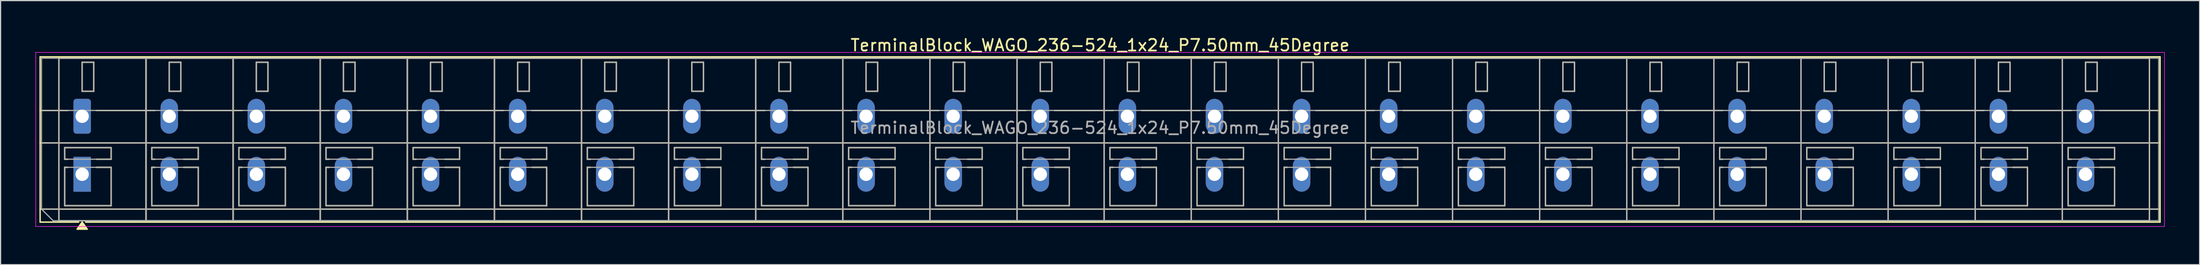
<source format=kicad_pcb>
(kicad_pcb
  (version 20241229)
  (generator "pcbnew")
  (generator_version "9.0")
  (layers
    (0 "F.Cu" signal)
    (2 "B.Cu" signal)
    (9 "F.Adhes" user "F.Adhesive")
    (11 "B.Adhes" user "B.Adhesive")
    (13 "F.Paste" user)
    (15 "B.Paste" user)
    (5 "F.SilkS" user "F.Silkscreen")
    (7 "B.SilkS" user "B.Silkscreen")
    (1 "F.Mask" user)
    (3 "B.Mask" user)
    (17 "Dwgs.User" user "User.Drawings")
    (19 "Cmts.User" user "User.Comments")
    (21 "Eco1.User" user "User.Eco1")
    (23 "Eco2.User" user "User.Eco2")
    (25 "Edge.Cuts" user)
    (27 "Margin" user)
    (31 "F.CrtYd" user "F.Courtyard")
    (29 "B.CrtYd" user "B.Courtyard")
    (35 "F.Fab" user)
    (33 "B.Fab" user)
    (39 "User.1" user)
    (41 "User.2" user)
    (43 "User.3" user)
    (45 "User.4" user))
  (footprint "TerminalBlock_WAGO_236-524_1x24_P7.50mm_45Degree"
    (layer "F.Cu")
    (at 4.025 6.968)
    (property "Reference" "TerminalBlock_WAGO_236-524_1x24_P7.50mm_45Degree" (at 87.65 -6.12 0) (layer "F.SilkS") (effects (font (size 1 1) (thickness 0.15))))
    (attr through_hole)
    (fp_line (start -3.62 -5.12) (end 178.92 -5.12) (stroke (width 0.12) (type solid)) (layer "F.SilkS"))
    (fp_line (start -3.62 -0.5) (end -1.23 -0.5) (stroke (width 0.12) (type solid)) (layer "F.SilkS"))
    (fp_line (start -3.62 2.3) (end 178.92 2.3) (stroke (width 0.12) (type solid)) (layer "F.SilkS"))
    (fp_line (start -3.62 8) (end 178.92 8) (stroke (width 0.12) (type solid)) (layer "F.SilkS"))
    (fp_line (start -3.62 9.12) (end -3.62 -5.12) (stroke (width 0.12) (type solid)) (layer "F.SilkS"))
    (fp_line (start -2 -5) (end 5.5 -5) (stroke (width 0.12) (type solid)) (layer "F.SilkS"))
    (fp_line (start -2 9) (end -2 -5) (stroke (width 0.12) (type solid)) (layer "F.SilkS"))
    (fp_line (start -1.5 2.7) (end 2.5 2.7) (stroke (width 0.12) (type solid)) (layer "F.SilkS"))
    (fp_line (start -1.5 3.7) (end -1.5 2.7) (stroke (width 0.12) (type solid)) (layer "F.SilkS"))
    (fp_line (start -1.5 4.4) (end -1.23 4.4) (stroke (width 0.12) (type solid)) (layer "F.SilkS"))
    (fp_line (start -1.5 7.7) (end -1.5 4.4) (stroke (width 0.12) (type solid)) (layer "F.SilkS"))
    (fp_line (start -1.23 3.7) (end -1.5 3.7) (stroke (width 0.12) (type solid)) (layer "F.SilkS"))
    (fp_line (start -0.3 9.12) (end -3.62 9.12) (stroke (width 0.12) (type solid)) (layer "F.SilkS"))
    (fp_line (start 0 -4.65) (end 1 -4.65) (stroke (width 0.12) (type solid)) (layer "F.SilkS"))
    (fp_line (start 0 -2.15) (end 0 -4.65) (stroke (width 0.12) (type solid)) (layer "F.SilkS"))
    (fp_line (start 1 -4.65) (end 1 -2.15) (stroke (width 0.12) (type solid)) (layer "F.SilkS"))
    (fp_line (start 1 -2.15) (end 0 -2.15) (stroke (width 0.12) (type solid)) (layer "F.SilkS"))
    (fp_line (start 1.23 -0.5) (end 6.27 -0.5) (stroke (width 0.12) (type solid)) (layer "F.SilkS"))
    (fp_line (start 1.23 4.4) (end 2.5 4.4) (stroke (width 0.12) (type solid)) (layer "F.SilkS"))
    (fp_line (start 2.5 2.7) (end 2.5 3.7) (stroke (width 0.12) (type solid)) (layer "F.SilkS"))
    (fp_line (start 2.5 3.7) (end 1.23 3.7) (stroke (width 0.12) (type solid)) (layer "F.SilkS"))
    (fp_line (start 2.5 4.4) (end 2.5 7.7) (stroke (width 0.12) (type solid)) (layer "F.SilkS"))
    (fp_line (start 2.5 7.7) (end -1.5 7.7) (stroke (width 0.12) (type solid)) (layer "F.SilkS"))
    (fp_line (start 5.5 -5) (end 5.5 9) (stroke (width 0.12) (type solid)) (layer "F.SilkS"))
    (fp_line (start 5.5 -5) (end 13 -5) (stroke (width 0.12) (type solid)) (layer "F.SilkS"))
    (fp_line (start 5.5 9) (end -2 9) (stroke (width 0.12) (type solid)) (layer "F.SilkS"))
    (fp_line (start 5.5 9) (end 5.5 -5) (stroke (width 0.12) (type solid)) (layer "F.SilkS"))
    (fp_line (start 6 2.7) (end 10 2.7) (stroke (width 0.12) (type solid)) (layer "F.SilkS"))
    (fp_line (start 6 3.7) (end 6 2.7) (stroke (width 0.12) (type solid)) (layer "F.SilkS"))
    (fp_line (start 6 4.4) (end 6.27 4.4) (stroke (width 0.12) (type solid)) (layer "F.SilkS"))
    (fp_line (start 6 7.7) (end 6 4.4) (stroke (width 0.12) (type solid)) (layer "F.SilkS"))
    (fp_line (start 6.27 3.7) (end 6 3.7) (stroke (width 0.12) (type solid)) (layer "F.SilkS"))
    (fp_line (start 7.5 -4.65) (end 8.5 -4.65) (stroke (width 0.12) (type solid)) (layer "F.SilkS"))
    (fp_line (start 7.5 -2.15) (end 7.5 -4.65) (stroke (width 0.12) (type solid)) (layer "F.SilkS"))
    (fp_line (start 8.5 -4.65) (end 8.5 -2.15) (stroke (width 0.12) (type solid)) (layer "F.SilkS"))
    (fp_line (start 8.5 -2.15) (end 7.5 -2.15) (stroke (width 0.12) (type solid)) (layer "F.SilkS"))
    (fp_line (start 8.73 -0.5) (end 13.77 -0.5) (stroke (width 0.12) (type solid)) (layer "F.SilkS"))
    (fp_line (start 8.73 4.4) (end 10 4.4) (stroke (width 0.12) (type solid)) (layer "F.SilkS"))
    (fp_line (start 10 2.7) (end 10 3.7) (stroke (width 0.12) (type solid)) (layer "F.SilkS"))
    (fp_line (start 10 3.7) (end 8.73 3.7) (stroke (width 0.12) (type solid)) (layer "F.SilkS"))
    (fp_line (start 10 4.4) (end 10 7.7) (stroke (width 0.12) (type solid)) (layer "F.SilkS"))
    (fp_line (start 10 7.7) (end 6 7.7) (stroke (width 0.12) (type solid)) (layer "F.SilkS"))
    (fp_line (start 13 -5) (end 13 9) (stroke (width 0.12) (type solid)) (layer "F.SilkS"))
    (fp_line (start 13 -5) (end 20.5 -5) (stroke (width 0.12) (type solid)) (layer "F.SilkS"))
    (fp_line (start 13 9) (end 5.5 9) (stroke (width 0.12) (type solid)) (layer "F.SilkS"))
    (fp_line (start 13 9) (end 13 -5) (stroke (width 0.12) (type solid)) (layer "F.SilkS"))
    (fp_line (start 13.5 2.7) (end 17.5 2.7) (stroke (width 0.12) (type solid)) (layer "F.SilkS"))
    (fp_line (start 13.5 3.7) (end 13.5 2.7) (stroke (width 0.12) (type solid)) (layer "F.SilkS"))
    (fp_line (start 13.5 4.4) (end 13.77 4.4) (stroke (width 0.12) (type solid)) (layer "F.SilkS"))
    (fp_line (start 13.5 7.7) (end 13.5 4.4) (stroke (width 0.12) (type solid)) (layer "F.SilkS"))
    (fp_line (start 13.77 3.7) (end 13.5 3.7) (stroke (width 0.12) (type solid)) (layer "F.SilkS"))
    (fp_line (start 15 -4.65) (end 16 -4.65) (stroke (width 0.12) (type solid)) (layer "F.SilkS"))
    (fp_line (start 15 -2.15) (end 15 -4.65) (stroke (width 0.12) (type solid)) (layer "F.SilkS"))
    (fp_line (start 16 -4.65) (end 16 -2.15) (stroke (width 0.12) (type solid)) (layer "F.SilkS"))
    (fp_line (start 16 -2.15) (end 15 -2.15) (stroke (width 0.12) (type solid)) (layer "F.SilkS"))
    (fp_line (start 16.23 -0.5) (end 21.27 -0.5) (stroke (width 0.12) (type solid)) (layer "F.SilkS"))
    (fp_line (start 16.23 4.4) (end 17.5 4.4) (stroke (width 0.12) (type solid)) (layer "F.SilkS"))
    (fp_line (start 17.5 2.7) (end 17.5 3.7) (stroke (width 0.12) (type solid)) (layer "F.SilkS"))
    (fp_line (start 17.5 3.7) (end 16.23 3.7) (stroke (width 0.12) (type solid)) (layer "F.SilkS"))
    (fp_line (start 17.5 4.4) (end 17.5 7.7) (stroke (width 0.12) (type solid)) (layer "F.SilkS"))
    (fp_line (start 17.5 7.7) (end 13.5 7.7) (stroke (width 0.12) (type solid)) (layer "F.SilkS"))
    (fp_line (start 20.5 -5) (end 20.5 9) (stroke (width 0.12) (type solid)) (layer "F.SilkS"))
    (fp_line (start 20.5 -5) (end 28 -5) (stroke (width 0.12) (type solid)) (layer "F.SilkS"))
    (fp_line (start 20.5 9) (end 13 9) (stroke (width 0.12) (type solid)) (layer "F.SilkS"))
    (fp_line (start 20.5 9) (end 20.5 -5) (stroke (width 0.12) (type solid)) (layer "F.SilkS"))
    (fp_line (start 21 2.7) (end 25 2.7) (stroke (width 0.12) (type solid)) (layer "F.SilkS"))
    (fp_line (start 21 3.7) (end 21 2.7) (stroke (width 0.12) (type solid)) (layer "F.SilkS"))
    (fp_line (start 21 4.4) (end 21.27 4.4) (stroke (width 0.12) (type solid)) (layer "F.SilkS"))
    (fp_line (start 21 7.7) (end 21 4.4) (stroke (width 0.12) (type solid)) (layer "F.SilkS"))
    (fp_line (start 21.27 3.7) (end 21 3.7) (stroke (width 0.12) (type solid)) (layer "F.SilkS"))
    (fp_line (start 22.5 -4.65) (end 23.5 -4.65) (stroke (width 0.12) (type solid)) (layer "F.SilkS"))
    (fp_line (start 22.5 -2.15) (end 22.5 -4.65) (stroke (width 0.12) (type solid)) (layer "F.SilkS"))
    (fp_line (start 23.5 -4.65) (end 23.5 -2.15) (stroke (width 0.12) (type solid)) (layer "F.SilkS"))
    (fp_line (start 23.5 -2.15) (end 22.5 -2.15) (stroke (width 0.12) (type solid)) (layer "F.SilkS"))
    (fp_line (start 23.73 -0.5) (end 28.77 -0.5) (stroke (width 0.12) (type solid)) (layer "F.SilkS"))
    (fp_line (start 23.73 4.4) (end 25 4.4) (stroke (width 0.12) (type solid)) (layer "F.SilkS"))
    (fp_line (start 25 2.7) (end 25 3.7) (stroke (width 0.12) (type solid)) (layer "F.SilkS"))
    (fp_line (start 25 3.7) (end 23.73 3.7) (stroke (width 0.12) (type solid)) (layer "F.SilkS"))
    (fp_line (start 25 4.4) (end 25 7.7) (stroke (width 0.12) (type solid)) (layer "F.SilkS"))
    (fp_line (start 25 7.7) (end 21 7.7) (stroke (width 0.12) (type solid)) (layer "F.SilkS"))
    (fp_line (start 28 -5) (end 28 9) (stroke (width 0.12) (type solid)) (layer "F.SilkS"))
    (fp_line (start 28 -5) (end 35.5 -5) (stroke (width 0.12) (type solid)) (layer "F.SilkS"))
    (fp_line (start 28 9) (end 20.5 9) (stroke (width 0.12) (type solid)) (layer "F.SilkS"))
    (fp_line (start 28 9) (end 28 -5) (stroke (width 0.12) (type solid)) (layer "F.SilkS"))
    (fp_line (start 28.5 2.7) (end 32.5 2.7) (stroke (width 0.12) (type solid)) (layer "F.SilkS"))
    (fp_line (start 28.5 3.7) (end 28.5 2.7) (stroke (width 0.12) (type solid)) (layer "F.SilkS"))
    (fp_line (start 28.5 4.4) (end 28.77 4.4) (stroke (width 0.12) (type solid)) (layer "F.SilkS"))
    (fp_line (start 28.5 7.7) (end 28.5 4.4) (stroke (width 0.12) (type solid)) (layer "F.SilkS"))
    (fp_line (start 28.77 3.7) (end 28.5 3.7) (stroke (width 0.12) (type solid)) (layer "F.SilkS"))
    (fp_line (start 30 -4.65) (end 31 -4.65) (stroke (width 0.12) (type solid)) (layer "F.SilkS"))
    (fp_line (start 30 -2.15) (end 30 -4.65) (stroke (width 0.12) (type solid)) (layer "F.SilkS"))
    (fp_line (start 31 -4.65) (end 31 -2.15) (stroke (width 0.12) (type solid)) (layer "F.SilkS"))
    (fp_line (start 31 -2.15) (end 30 -2.15) (stroke (width 0.12) (type solid)) (layer "F.SilkS"))
    (fp_line (start 31.23 -0.5) (end 36.27 -0.5) (stroke (width 0.12) (type solid)) (layer "F.SilkS"))
    (fp_line (start 31.23 4.4) (end 32.5 4.4) (stroke (width 0.12) (type solid)) (layer "F.SilkS"))
    (fp_line (start 32.5 2.7) (end 32.5 3.7) (stroke (width 0.12) (type solid)) (layer "F.SilkS"))
    (fp_line (start 32.5 3.7) (end 31.23 3.7) (stroke (width 0.12) (type solid)) (layer "F.SilkS"))
    (fp_line (start 32.5 4.4) (end 32.5 7.7) (stroke (width 0.12) (type solid)) (layer "F.SilkS"))
    (fp_line (start 32.5 7.7) (end 28.5 7.7) (stroke (width 0.12) (type solid)) (layer "F.SilkS"))
    (fp_line (start 35.5 -5) (end 35.5 9) (stroke (width 0.12) (type solid)) (layer "F.SilkS"))
    (fp_line (start 35.5 -5) (end 43 -5) (stroke (width 0.12) (type solid)) (layer "F.SilkS"))
    (fp_line (start 35.5 9) (end 28 9) (stroke (width 0.12) (type solid)) (layer "F.SilkS"))
    (fp_line (start 35.5 9) (end 35.5 -5) (stroke (width 0.12) (type solid)) (layer "F.SilkS"))
    (fp_line (start 36 2.7) (end 40 2.7) (stroke (width 0.12) (type solid)) (layer "F.SilkS"))
    (fp_line (start 36 3.7) (end 36 2.7) (stroke (width 0.12) (type solid)) (layer "F.SilkS"))
    (fp_line (start 36 4.4) (end 36.27 4.4) (stroke (width 0.12) (type solid)) (layer "F.SilkS"))
    (fp_line (start 36 7.7) (end 36 4.4) (stroke (width 0.12) (type solid)) (layer "F.SilkS"))
    (fp_line (start 36.27 3.7) (end 36 3.7) (stroke (width 0.12) (type solid)) (layer "F.SilkS"))
    (fp_line (start 37.5 -4.65) (end 38.5 -4.65) (stroke (width 0.12) (type solid)) (layer "F.SilkS"))
    (fp_line (start 37.5 -2.15) (end 37.5 -4.65) (stroke (width 0.12) (type solid)) (layer "F.SilkS"))
    (fp_line (start 38.5 -4.65) (end 38.5 -2.15) (stroke (width 0.12) (type solid)) (layer "F.SilkS"))
    (fp_line (start 38.5 -2.15) (end 37.5 -2.15) (stroke (width 0.12) (type solid)) (layer "F.SilkS"))
    (fp_line (start 38.73 -0.5) (end 43.77 -0.5) (stroke (width 0.12) (type solid)) (layer "F.SilkS"))
    (fp_line (start 38.73 4.4) (end 40 4.4) (stroke (width 0.12) (type solid)) (layer "F.SilkS"))
    (fp_line (start 40 2.7) (end 40 3.7) (stroke (width 0.12) (type solid)) (layer "F.SilkS"))
    (fp_line (start 40 3.7) (end 38.73 3.7) (stroke (width 0.12) (type solid)) (layer "F.SilkS"))
    (fp_line (start 40 4.4) (end 40 7.7) (stroke (width 0.12) (type solid)) (layer "F.SilkS"))
    (fp_line (start 40 7.7) (end 36 7.7) (stroke (width 0.12) (type solid)) (layer "F.SilkS"))
    (fp_line (start 43 -5) (end 43 9) (stroke (width 0.12) (type solid)) (layer "F.SilkS"))
    (fp_line (start 43 -5) (end 50.5 -5) (stroke (width 0.12) (type solid)) (layer "F.SilkS"))
    (fp_line (start 43 9) (end 35.5 9) (stroke (width 0.12) (type solid)) (layer "F.SilkS"))
    (fp_line (start 43 9) (end 43 -5) (stroke (width 0.12) (type solid)) (layer "F.SilkS"))
    (fp_line (start 43.5 2.7) (end 47.5 2.7) (stroke (width 0.12) (type solid)) (layer "F.SilkS"))
    (fp_line (start 43.5 3.7) (end 43.5 2.7) (stroke (width 0.12) (type solid)) (layer "F.SilkS"))
    (fp_line (start 43.5 4.4) (end 43.77 4.4) (stroke (width 0.12) (type solid)) (layer "F.SilkS"))
    (fp_line (start 43.5 7.7) (end 43.5 4.4) (stroke (width 0.12) (type solid)) (layer "F.SilkS"))
    (fp_line (start 43.77 3.7) (end 43.5 3.7) (stroke (width 0.12) (type solid)) (layer "F.SilkS"))
    (fp_line (start 45 -4.65) (end 46 -4.65) (stroke (width 0.12) (type solid)) (layer "F.SilkS"))
    (fp_line (start 45 -2.15) (end 45 -4.65) (stroke (width 0.12) (type solid)) (layer "F.SilkS"))
    (fp_line (start 46 -4.65) (end 46 -2.15) (stroke (width 0.12) (type solid)) (layer "F.SilkS"))
    (fp_line (start 46 -2.15) (end 45 -2.15) (stroke (width 0.12) (type solid)) (layer "F.SilkS"))
    (fp_line (start 46.23 -0.5) (end 51.27 -0.5) (stroke (width 0.12) (type solid)) (layer "F.SilkS"))
    (fp_line (start 46.23 4.4) (end 47.5 4.4) (stroke (width 0.12) (type solid)) (layer "F.SilkS"))
    (fp_line (start 47.5 2.7) (end 47.5 3.7) (stroke (width 0.12) (type solid)) (layer "F.SilkS"))
    (fp_line (start 47.5 3.7) (end 46.23 3.7) (stroke (width 0.12) (type solid)) (layer "F.SilkS"))
    (fp_line (start 47.5 4.4) (end 47.5 7.7) (stroke (width 0.12) (type solid)) (layer "F.SilkS"))
    (fp_line (start 47.5 7.7) (end 43.5 7.7) (stroke (width 0.12) (type solid)) (layer "F.SilkS"))
    (fp_line (start 50.5 -5) (end 50.5 9) (stroke (width 0.12) (type solid)) (layer "F.SilkS"))
    (fp_line (start 50.5 -5) (end 58 -5) (stroke (width 0.12) (type solid)) (layer "F.SilkS"))
    (fp_line (start 50.5 9) (end 43 9) (stroke (width 0.12) (type solid)) (layer "F.SilkS"))
    (fp_line (start 50.5 9) (end 50.5 -5) (stroke (width 0.12) (type solid)) (layer "F.SilkS"))
    (fp_line (start 51 2.7) (end 55 2.7) (stroke (width 0.12) (type solid)) (layer "F.SilkS"))
    (fp_line (start 51 3.7) (end 51 2.7) (stroke (width 0.12) (type solid)) (layer "F.SilkS"))
    (fp_line (start 51 4.4) (end 51.27 4.4) (stroke (width 0.12) (type solid)) (layer "F.SilkS"))
    (fp_line (start 51 7.7) (end 51 4.4) (stroke (width 0.12) (type solid)) (layer "F.SilkS"))
    (fp_line (start 51.27 3.7) (end 51 3.7) (stroke (width 0.12) (type solid)) (layer "F.SilkS"))
    (fp_line (start 52.5 -4.65) (end 53.5 -4.65) (stroke (width 0.12) (type solid)) (layer "F.SilkS"))
    (fp_line (start 52.5 -2.15) (end 52.5 -4.65) (stroke (width 0.12) (type solid)) (layer "F.SilkS"))
    (fp_line (start 53.5 -4.65) (end 53.5 -2.15) (stroke (width 0.12) (type solid)) (layer "F.SilkS"))
    (fp_line (start 53.5 -2.15) (end 52.5 -2.15) (stroke (width 0.12) (type solid)) (layer "F.SilkS"))
    (fp_line (start 53.73 -0.5) (end 58.77 -0.5) (stroke (width 0.12) (type solid)) (layer "F.SilkS"))
    (fp_line (start 53.73 4.4) (end 55 4.4) (stroke (width 0.12) (type solid)) (layer "F.SilkS"))
    (fp_line (start 55 2.7) (end 55 3.7) (stroke (width 0.12) (type solid)) (layer "F.SilkS"))
    (fp_line (start 55 3.7) (end 53.73 3.7) (stroke (width 0.12) (type solid)) (layer "F.SilkS"))
    (fp_line (start 55 4.4) (end 55 7.7) (stroke (width 0.12) (type solid)) (layer "F.SilkS"))
    (fp_line (start 55 7.7) (end 51 7.7) (stroke (width 0.12) (type solid)) (layer "F.SilkS"))
    (fp_line (start 58 -5) (end 58 9) (stroke (width 0.12) (type solid)) (layer "F.SilkS"))
    (fp_line (start 58 -5) (end 65.5 -5) (stroke (width 0.12) (type solid)) (layer "F.SilkS"))
    (fp_line (start 58 9) (end 50.5 9) (stroke (width 0.12) (type solid)) (layer "F.SilkS"))
    (fp_line (start 58 9) (end 58 -5) (stroke (width 0.12) (type solid)) (layer "F.SilkS"))
    (fp_line (start 58.5 2.7) (end 62.5 2.7) (stroke (width 0.12) (type solid)) (layer "F.SilkS"))
    (fp_line (start 58.5 3.7) (end 58.5 2.7) (stroke (width 0.12) (type solid)) (layer "F.SilkS"))
    (fp_line (start 58.5 4.4) (end 58.77 4.4) (stroke (width 0.12) (type solid)) (layer "F.SilkS"))
    (fp_line (start 58.5 7.7) (end 58.5 4.4) (stroke (width 0.12) (type solid)) (layer "F.SilkS"))
    (fp_line (start 58.77 3.7) (end 58.5 3.7) (stroke (width 0.12) (type solid)) (layer "F.SilkS"))
    (fp_line (start 60 -4.65) (end 61 -4.65) (stroke (width 0.12) (type solid)) (layer "F.SilkS"))
    (fp_line (start 60 -2.15) (end 60 -4.65) (stroke (width 0.12) (type solid)) (layer "F.SilkS"))
    (fp_line (start 61 -4.65) (end 61 -2.15) (stroke (width 0.12) (type solid)) (layer "F.SilkS"))
    (fp_line (start 61 -2.15) (end 60 -2.15) (stroke (width 0.12) (type solid)) (layer "F.SilkS"))
    (fp_line (start 61.23 -0.5) (end 66.27 -0.5) (stroke (width 0.12) (type solid)) (layer "F.SilkS"))
    (fp_line (start 61.23 4.4) (end 62.5 4.4) (stroke (width 0.12) (type solid)) (layer "F.SilkS"))
    (fp_line (start 62.5 2.7) (end 62.5 3.7) (stroke (width 0.12) (type solid)) (layer "F.SilkS"))
    (fp_line (start 62.5 3.7) (end 61.23 3.7) (stroke (width 0.12) (type solid)) (layer "F.SilkS"))
    (fp_line (start 62.5 4.4) (end 62.5 7.7) (stroke (width 0.12) (type solid)) (layer "F.SilkS"))
    (fp_line (start 62.5 7.7) (end 58.5 7.7) (stroke (width 0.12) (type solid)) (layer "F.SilkS"))
    (fp_line (start 65.5 -5) (end 65.5 9) (stroke (width 0.12) (type solid)) (layer "F.SilkS"))
    (fp_line (start 65.5 -5) (end 73 -5) (stroke (width 0.12) (type solid)) (layer "F.SilkS"))
    (fp_line (start 65.5 9) (end 58 9) (stroke (width 0.12) (type solid)) (layer "F.SilkS"))
    (fp_line (start 65.5 9) (end 65.5 -5) (stroke (width 0.12) (type solid)) (layer "F.SilkS"))
    (fp_line (start 66 2.7) (end 70 2.7) (stroke (width 0.12) (type solid)) (layer "F.SilkS"))
    (fp_line (start 66 3.7) (end 66 2.7) (stroke (width 0.12) (type solid)) (layer "F.SilkS"))
    (fp_line (start 66 4.4) (end 66.27 4.4) (stroke (width 0.12) (type solid)) (layer "F.SilkS"))
    (fp_line (start 66 7.7) (end 66 4.4) (stroke (width 0.12) (type solid)) (layer "F.SilkS"))
    (fp_line (start 66.27 3.7) (end 66 3.7) (stroke (width 0.12) (type solid)) (layer "F.SilkS"))
    (fp_line (start 67.5 -4.65) (end 68.5 -4.65) (stroke (width 0.12) (type solid)) (layer "F.SilkS"))
    (fp_line (start 67.5 -2.15) (end 67.5 -4.65) (stroke (width 0.12) (type solid)) (layer "F.SilkS"))
    (fp_line (start 68.5 -4.65) (end 68.5 -2.15) (stroke (width 0.12) (type solid)) (layer "F.SilkS"))
    (fp_line (start 68.5 -2.15) (end 67.5 -2.15) (stroke (width 0.12) (type solid)) (layer "F.SilkS"))
    (fp_line (start 68.73 -0.5) (end 73.77 -0.5) (stroke (width 0.12) (type solid)) (layer "F.SilkS"))
    (fp_line (start 68.73 4.4) (end 70 4.4) (stroke (width 0.12) (type solid)) (layer "F.SilkS"))
    (fp_line (start 70 2.7) (end 70 3.7) (stroke (width 0.12) (type solid)) (layer "F.SilkS"))
    (fp_line (start 70 3.7) (end 68.73 3.7) (stroke (width 0.12) (type solid)) (layer "F.SilkS"))
    (fp_line (start 70 4.4) (end 70 7.7) (stroke (width 0.12) (type solid)) (layer "F.SilkS"))
    (fp_line (start 70 7.7) (end 66 7.7) (stroke (width 0.12) (type solid)) (layer "F.SilkS"))
    (fp_line (start 73 -5) (end 73 9) (stroke (width 0.12) (type solid)) (layer "F.SilkS"))
    (fp_line (start 73 -5) (end 80.5 -5) (stroke (width 0.12) (type solid)) (layer "F.SilkS"))
    (fp_line (start 73 9) (end 65.5 9) (stroke (width 0.12) (type solid)) (layer "F.SilkS"))
    (fp_line (start 73 9) (end 73 -5) (stroke (width 0.12) (type solid)) (layer "F.SilkS"))
    (fp_line (start 73.5 2.7) (end 77.5 2.7) (stroke (width 0.12) (type solid)) (layer "F.SilkS"))
    (fp_line (start 73.5 3.7) (end 73.5 2.7) (stroke (width 0.12) (type solid)) (layer "F.SilkS"))
    (fp_line (start 73.5 4.4) (end 73.77 4.4) (stroke (width 0.12) (type solid)) (layer "F.SilkS"))
    (fp_line (start 73.5 7.7) (end 73.5 4.4) (stroke (width 0.12) (type solid)) (layer "F.SilkS"))
    (fp_line (start 73.77 3.7) (end 73.5 3.7) (stroke (width 0.12) (type solid)) (layer "F.SilkS"))
    (fp_line (start 75 -4.65) (end 76 -4.65) (stroke (width 0.12) (type solid)) (layer "F.SilkS"))
    (fp_line (start 75 -2.15) (end 75 -4.65) (stroke (width 0.12) (type solid)) (layer "F.SilkS"))
    (fp_line (start 76 -4.65) (end 76 -2.15) (stroke (width 0.12) (type solid)) (layer "F.SilkS"))
    (fp_line (start 76 -2.15) (end 75 -2.15) (stroke (width 0.12) (type solid)) (layer "F.SilkS"))
    (fp_line (start 76.23 -0.5) (end 81.27 -0.5) (stroke (width 0.12) (type solid)) (layer "F.SilkS"))
    (fp_line (start 76.23 4.4) (end 77.5 4.4) (stroke (width 0.12) (type solid)) (layer "F.SilkS"))
    (fp_line (start 77.5 2.7) (end 77.5 3.7) (stroke (width 0.12) (type solid)) (layer "F.SilkS"))
    (fp_line (start 77.5 3.7) (end 76.23 3.7) (stroke (width 0.12) (type solid)) (layer "F.SilkS"))
    (fp_line (start 77.5 4.4) (end 77.5 7.7) (stroke (width 0.12) (type solid)) (layer "F.SilkS"))
    (fp_line (start 77.5 7.7) (end 73.5 7.7) (stroke (width 0.12) (type solid)) (layer "F.SilkS"))
    (fp_line (start 80.5 -5) (end 80.5 9) (stroke (width 0.12) (type solid)) (layer "F.SilkS"))
    (fp_line (start 80.5 -5) (end 88 -5) (stroke (width 0.12) (type solid)) (layer "F.SilkS"))
    (fp_line (start 80.5 9) (end 73 9) (stroke (width 0.12) (type solid)) (layer "F.SilkS"))
    (fp_line (start 80.5 9) (end 80.5 -5) (stroke (width 0.12) (type solid)) (layer "F.SilkS"))
    (fp_line (start 81 2.7) (end 85 2.7) (stroke (width 0.12) (type solid)) (layer "F.SilkS"))
    (fp_line (start 81 3.7) (end 81 2.7) (stroke (width 0.12) (type solid)) (layer "F.SilkS"))
    (fp_line (start 81 4.4) (end 81.27 4.4) (stroke (width 0.12) (type solid)) (layer "F.SilkS"))
    (fp_line (start 81 7.7) (end 81 4.4) (stroke (width 0.12) (type solid)) (layer "F.SilkS"))
    (fp_line (start 81.27 3.7) (end 81 3.7) (stroke (width 0.12) (type solid)) (layer "F.SilkS"))
    (fp_line (start 82.5 -4.65) (end 83.5 -4.65) (stroke (width 0.12) (type solid)) (layer "F.SilkS"))
    (fp_line (start 82.5 -2.15) (end 82.5 -4.65) (stroke (width 0.12) (type solid)) (layer "F.SilkS"))
    (fp_line (start 83.5 -4.65) (end 83.5 -2.15) (stroke (width 0.12) (type solid)) (layer "F.SilkS"))
    (fp_line (start 83.5 -2.15) (end 82.5 -2.15) (stroke (width 0.12) (type solid)) (layer "F.SilkS"))
    (fp_line (start 83.73 -0.5) (end 88.77 -0.5) (stroke (width 0.12) (type solid)) (layer "F.SilkS"))
    (fp_line (start 83.73 4.4) (end 85 4.4) (stroke (width 0.12) (type solid)) (layer "F.SilkS"))
    (fp_line (start 85 2.7) (end 85 3.7) (stroke (width 0.12) (type solid)) (layer "F.SilkS"))
    (fp_line (start 85 3.7) (end 83.73 3.7) (stroke (width 0.12) (type solid)) (layer "F.SilkS"))
    (fp_line (start 85 4.4) (end 85 7.7) (stroke (width 0.12) (type solid)) (layer "F.SilkS"))
    (fp_line (start 85 7.7) (end 81 7.7) (stroke (width 0.12) (type solid)) (layer "F.SilkS"))
    (fp_line (start 88 -5) (end 88 9) (stroke (width 0.12) (type solid)) (layer "F.SilkS"))
    (fp_line (start 88 -5) (end 95.5 -5) (stroke (width 0.12) (type solid)) (layer "F.SilkS"))
    (fp_line (start 88 9) (end 80.5 9) (stroke (width 0.12) (type solid)) (layer "F.SilkS"))
    (fp_line (start 88 9) (end 88 -5) (stroke (width 0.12) (type solid)) (layer "F.SilkS"))
    (fp_line (start 88.5 2.7) (end 92.5 2.7) (stroke (width 0.12) (type solid)) (layer "F.SilkS"))
    (fp_line (start 88.5 3.7) (end 88.5 2.7) (stroke (width 0.12) (type solid)) (layer "F.SilkS"))
    (fp_line (start 88.5 4.4) (end 88.77 4.4) (stroke (width 0.12) (type solid)) (layer "F.SilkS"))
    (fp_line (start 88.5 7.7) (end 88.5 4.4) (stroke (width 0.12) (type solid)) (layer "F.SilkS"))
    (fp_line (start 88.77 3.7) (end 88.5 3.7) (stroke (width 0.12) (type solid)) (layer "F.SilkS"))
    (fp_line (start 90 -4.65) (end 91 -4.65) (stroke (width 0.12) (type solid)) (layer "F.SilkS"))
    (fp_line (start 90 -2.15) (end 90 -4.65) (stroke (width 0.12) (type solid)) (layer "F.SilkS"))
    (fp_line (start 91 -4.65) (end 91 -2.15) (stroke (width 0.12) (type solid)) (layer "F.SilkS"))
    (fp_line (start 91 -2.15) (end 90 -2.15) (stroke (width 0.12) (type solid)) (layer "F.SilkS"))
    (fp_line (start 91.23 -0.5) (end 96.27 -0.5) (stroke (width 0.12) (type solid)) (layer "F.SilkS"))
    (fp_line (start 91.23 4.4) (end 92.5 4.4) (stroke (width 0.12) (type solid)) (layer "F.SilkS"))
    (fp_line (start 92.5 2.7) (end 92.5 3.7) (stroke (width 0.12) (type solid)) (layer "F.SilkS"))
    (fp_line (start 92.5 3.7) (end 91.23 3.7) (stroke (width 0.12) (type solid)) (layer "F.SilkS"))
    (fp_line (start 92.5 4.4) (end 92.5 7.7) (stroke (width 0.12) (type solid)) (layer "F.SilkS"))
    (fp_line (start 92.5 7.7) (end 88.5 7.7) (stroke (width 0.12) (type solid)) (layer "F.SilkS"))
    (fp_line (start 95.5 -5) (end 95.5 9) (stroke (width 0.12) (type solid)) (layer "F.SilkS"))
    (fp_line (start 95.5 -5) (end 103 -5) (stroke (width 0.12) (type solid)) (layer "F.SilkS"))
    (fp_line (start 95.5 9) (end 88 9) (stroke (width 0.12) (type solid)) (layer "F.SilkS"))
    (fp_line (start 95.5 9) (end 95.5 -5) (stroke (width 0.12) (type solid)) (layer "F.SilkS"))
    (fp_line (start 96 2.7) (end 100 2.7) (stroke (width 0.12) (type solid)) (layer "F.SilkS"))
    (fp_line (start 96 3.7) (end 96 2.7) (stroke (width 0.12) (type solid)) (layer "F.SilkS"))
    (fp_line (start 96 4.4) (end 96.27 4.4) (stroke (width 0.12) (type solid)) (layer "F.SilkS"))
    (fp_line (start 96 7.7) (end 96 4.4) (stroke (width 0.12) (type solid)) (layer "F.SilkS"))
    (fp_line (start 96.27 3.7) (end 96 3.7) (stroke (width 0.12) (type solid)) (layer "F.SilkS"))
    (fp_line (start 97.5 -4.65) (end 98.5 -4.65) (stroke (width 0.12) (type solid)) (layer "F.SilkS"))
    (fp_line (start 97.5 -2.15) (end 97.5 -4.65) (stroke (width 0.12) (type solid)) (layer "F.SilkS"))
    (fp_line (start 98.5 -4.65) (end 98.5 -2.15) (stroke (width 0.12) (type solid)) (layer "F.SilkS"))
    (fp_line (start 98.5 -2.15) (end 97.5 -2.15) (stroke (width 0.12) (type solid)) (layer "F.SilkS"))
    (fp_line (start 98.73 -0.5) (end 103.77 -0.5) (stroke (width 0.12) (type solid)) (layer "F.SilkS"))
    (fp_line (start 98.73 4.4) (end 100 4.4) (stroke (width 0.12) (type solid)) (layer "F.SilkS"))
    (fp_line (start 100 2.7) (end 100 3.7) (stroke (width 0.12) (type solid)) (layer "F.SilkS"))
    (fp_line (start 100 3.7) (end 98.73 3.7) (stroke (width 0.12) (type solid)) (layer "F.SilkS"))
    (fp_line (start 100 4.4) (end 100 7.7) (stroke (width 0.12) (type solid)) (layer "F.SilkS"))
    (fp_line (start 100 7.7) (end 96 7.7) (stroke (width 0.12) (type solid)) (layer "F.SilkS"))
    (fp_line (start 103 -5) (end 103 9) (stroke (width 0.12) (type solid)) (layer "F.SilkS"))
    (fp_line (start 103 -5) (end 110.5 -5) (stroke (width 0.12) (type solid)) (layer "F.SilkS"))
    (fp_line (start 103 9) (end 95.5 9) (stroke (width 0.12) (type solid)) (layer "F.SilkS"))
    (fp_line (start 103 9) (end 103 -5) (stroke (width 0.12) (type solid)) (layer "F.SilkS"))
    (fp_line (start 103.5 2.7) (end 107.5 2.7) (stroke (width 0.12) (type solid)) (layer "F.SilkS"))
    (fp_line (start 103.5 3.7) (end 103.5 2.7) (stroke (width 0.12) (type solid)) (layer "F.SilkS"))
    (fp_line (start 103.5 4.4) (end 103.77 4.4) (stroke (width 0.12) (type solid)) (layer "F.SilkS"))
    (fp_line (start 103.5 7.7) (end 103.5 4.4) (stroke (width 0.12) (type solid)) (layer "F.SilkS"))
    (fp_line (start 103.77 3.7) (end 103.5 3.7) (stroke (width 0.12) (type solid)) (layer "F.SilkS"))
    (fp_line (start 105 -4.65) (end 106 -4.65) (stroke (width 0.12) (type solid)) (layer "F.SilkS"))
    (fp_line (start 105 -2.15) (end 105 -4.65) (stroke (width 0.12) (type solid)) (layer "F.SilkS"))
    (fp_line (start 106 -4.65) (end 106 -2.15) (stroke (width 0.12) (type solid)) (layer "F.SilkS"))
    (fp_line (start 106 -2.15) (end 105 -2.15) (stroke (width 0.12) (type solid)) (layer "F.SilkS"))
    (fp_line (start 106.23 -0.5) (end 111.27 -0.5) (stroke (width 0.12) (type solid)) (layer "F.SilkS"))
    (fp_line (start 106.23 4.4) (end 107.5 4.4) (stroke (width 0.12) (type solid)) (layer "F.SilkS"))
    (fp_line (start 107.5 2.7) (end 107.5 3.7) (stroke (width 0.12) (type solid)) (layer "F.SilkS"))
    (fp_line (start 107.5 3.7) (end 106.23 3.7) (stroke (width 0.12) (type solid)) (layer "F.SilkS"))
    (fp_line (start 107.5 4.4) (end 107.5 7.7) (stroke (width 0.12) (type solid)) (layer "F.SilkS"))
    (fp_line (start 107.5 7.7) (end 103.5 7.7) (stroke (width 0.12) (type solid)) (layer "F.SilkS"))
    (fp_line (start 110.5 -5) (end 110.5 9) (stroke (width 0.12) (type solid)) (layer "F.SilkS"))
    (fp_line (start 110.5 -5) (end 118 -5) (stroke (width 0.12) (type solid)) (layer "F.SilkS"))
    (fp_line (start 110.5 9) (end 103 9) (stroke (width 0.12) (type solid)) (layer "F.SilkS"))
    (fp_line (start 110.5 9) (end 110.5 -5) (stroke (width 0.12) (type solid)) (layer "F.SilkS"))
    (fp_line (start 111 2.7) (end 115 2.7) (stroke (width 0.12) (type solid)) (layer "F.SilkS"))
    (fp_line (start 111 3.7) (end 111 2.7) (stroke (width 0.12) (type solid)) (layer "F.SilkS"))
    (fp_line (start 111 4.4) (end 111.27 4.4) (stroke (width 0.12) (type solid)) (layer "F.SilkS"))
    (fp_line (start 111 7.7) (end 111 4.4) (stroke (width 0.12) (type solid)) (layer "F.SilkS"))
    (fp_line (start 111.27 3.7) (end 111 3.7) (stroke (width 0.12) (type solid)) (layer "F.SilkS"))
    (fp_line (start 112.5 -4.65) (end 113.5 -4.65) (stroke (width 0.12) (type solid)) (layer "F.SilkS"))
    (fp_line (start 112.5 -2.15) (end 112.5 -4.65) (stroke (width 0.12) (type solid)) (layer "F.SilkS"))
    (fp_line (start 113.5 -4.65) (end 113.5 -2.15) (stroke (width 0.12) (type solid)) (layer "F.SilkS"))
    (fp_line (start 113.5 -2.15) (end 112.5 -2.15) (stroke (width 0.12) (type solid)) (layer "F.SilkS"))
    (fp_line (start 113.73 -0.5) (end 118.77 -0.5) (stroke (width 0.12) (type solid)) (layer "F.SilkS"))
    (fp_line (start 113.73 4.4) (end 115 4.4) (stroke (width 0.12) (type solid)) (layer "F.SilkS"))
    (fp_line (start 115 2.7) (end 115 3.7) (stroke (width 0.12) (type solid)) (layer "F.SilkS"))
    (fp_line (start 115 3.7) (end 113.73 3.7) (stroke (width 0.12) (type solid)) (layer "F.SilkS"))
    (fp_line (start 115 4.4) (end 115 7.7) (stroke (width 0.12) (type solid)) (layer "F.SilkS"))
    (fp_line (start 115 7.7) (end 111 7.7) (stroke (width 0.12) (type solid)) (layer "F.SilkS"))
    (fp_line (start 118 -5) (end 118 9) (stroke (width 0.12) (type solid)) (layer "F.SilkS"))
    (fp_line (start 118 -5) (end 125.5 -5) (stroke (width 0.12) (type solid)) (layer "F.SilkS"))
    (fp_line (start 118 9) (end 110.5 9) (stroke (width 0.12) (type solid)) (layer "F.SilkS"))
    (fp_line (start 118 9) (end 118 -5) (stroke (width 0.12) (type solid)) (layer "F.SilkS"))
    (fp_line (start 118.5 2.7) (end 122.5 2.7) (stroke (width 0.12) (type solid)) (layer "F.SilkS"))
    (fp_line (start 118.5 3.7) (end 118.5 2.7) (stroke (width 0.12) (type solid)) (layer "F.SilkS"))
    (fp_line (start 118.5 4.4) (end 118.77 4.4) (stroke (width 0.12) (type solid)) (layer "F.SilkS"))
    (fp_line (start 118.5 7.7) (end 118.5 4.4) (stroke (width 0.12) (type solid)) (layer "F.SilkS"))
    (fp_line (start 118.77 3.7) (end 118.5 3.7) (stroke (width 0.12) (type solid)) (layer "F.SilkS"))
    (fp_line (start 120 -4.65) (end 121 -4.65) (stroke (width 0.12) (type solid)) (layer "F.SilkS"))
    (fp_line (start 120 -2.15) (end 120 -4.65) (stroke (width 0.12) (type solid)) (layer "F.SilkS"))
    (fp_line (start 121 -4.65) (end 121 -2.15) (stroke (width 0.12) (type solid)) (layer "F.SilkS"))
    (fp_line (start 121 -2.15) (end 120 -2.15) (stroke (width 0.12) (type solid)) (layer "F.SilkS"))
    (fp_line (start 121.23 -0.5) (end 126.27 -0.5) (stroke (width 0.12) (type solid)) (layer "F.SilkS"))
    (fp_line (start 121.23 4.4) (end 122.5 4.4) (stroke (width 0.12) (type solid)) (layer "F.SilkS"))
    (fp_line (start 122.5 2.7) (end 122.5 3.7) (stroke (width 0.12) (type solid)) (layer "F.SilkS"))
    (fp_line (start 122.5 3.7) (end 121.23 3.7) (stroke (width 0.12) (type solid)) (layer "F.SilkS"))
    (fp_line (start 122.5 4.4) (end 122.5 7.7) (stroke (width 0.12) (type solid)) (layer "F.SilkS"))
    (fp_line (start 122.5 7.7) (end 118.5 7.7) (stroke (width 0.12) (type solid)) (layer "F.SilkS"))
    (fp_line (start 125.5 -5) (end 125.5 9) (stroke (width 0.12) (type solid)) (layer "F.SilkS"))
    (fp_line (start 125.5 -5) (end 133 -5) (stroke (width 0.12) (type solid)) (layer "F.SilkS"))
    (fp_line (start 125.5 9) (end 118 9) (stroke (width 0.12) (type solid)) (layer "F.SilkS"))
    (fp_line (start 125.5 9) (end 125.5 -5) (stroke (width 0.12) (type solid)) (layer "F.SilkS"))
    (fp_line (start 126 2.7) (end 130 2.7) (stroke (width 0.12) (type solid)) (layer "F.SilkS"))
    (fp_line (start 126 3.7) (end 126 2.7) (stroke (width 0.12) (type solid)) (layer "F.SilkS"))
    (fp_line (start 126 4.4) (end 126.27 4.4) (stroke (width 0.12) (type solid)) (layer "F.SilkS"))
    (fp_line (start 126 7.7) (end 126 4.4) (stroke (width 0.12) (type solid)) (layer "F.SilkS"))
    (fp_line (start 126.27 3.7) (end 126 3.7) (stroke (width 0.12) (type solid)) (layer "F.SilkS"))
    (fp_line (start 127.5 -4.65) (end 128.5 -4.65) (stroke (width 0.12) (type solid)) (layer "F.SilkS"))
    (fp_line (start 127.5 -2.15) (end 127.5 -4.65) (stroke (width 0.12) (type solid)) (layer "F.SilkS"))
    (fp_line (start 128.5 -4.65) (end 128.5 -2.15) (stroke (width 0.12) (type solid)) (layer "F.SilkS"))
    (fp_line (start 128.5 -2.15) (end 127.5 -2.15) (stroke (width 0.12) (type solid)) (layer "F.SilkS"))
    (fp_line (start 128.73 -0.5) (end 133.77 -0.5) (stroke (width 0.12) (type solid)) (layer "F.SilkS"))
    (fp_line (start 128.73 4.4) (end 130 4.4) (stroke (width 0.12) (type solid)) (layer "F.SilkS"))
    (fp_line (start 130 2.7) (end 130 3.7) (stroke (width 0.12) (type solid)) (layer "F.SilkS"))
    (fp_line (start 130 3.7) (end 128.73 3.7) (stroke (width 0.12) (type solid)) (layer "F.SilkS"))
    (fp_line (start 130 4.4) (end 130 7.7) (stroke (width 0.12) (type solid)) (layer "F.SilkS"))
    (fp_line (start 130 7.7) (end 126 7.7) (stroke (width 0.12) (type solid)) (layer "F.SilkS"))
    (fp_line (start 133 -5) (end 133 9) (stroke (width 0.12) (type solid)) (layer "F.SilkS"))
    (fp_line (start 133 -5) (end 140.5 -5) (stroke (width 0.12) (type solid)) (layer "F.SilkS"))
    (fp_line (start 133 9) (end 125.5 9) (stroke (width 0.12) (type solid)) (layer "F.SilkS"))
    (fp_line (start 133 9) (end 133 -5) (stroke (width 0.12) (type solid)) (layer "F.SilkS"))
    (fp_line (start 133.5 2.7) (end 137.5 2.7) (stroke (width 0.12) (type solid)) (layer "F.SilkS"))
    (fp_line (start 133.5 3.7) (end 133.5 2.7) (stroke (width 0.12) (type solid)) (layer "F.SilkS"))
    (fp_line (start 133.5 4.4) (end 133.77 4.4) (stroke (width 0.12) (type solid)) (layer "F.SilkS"))
    (fp_line (start 133.5 7.7) (end 133.5 4.4) (stroke (width 0.12) (type solid)) (layer "F.SilkS"))
    (fp_line (start 133.77 3.7) (end 133.5 3.7) (stroke (width 0.12) (type solid)) (layer "F.SilkS"))
    (fp_line (start 135 -4.65) (end 136 -4.65) (stroke (width 0.12) (type solid)) (layer "F.SilkS"))
    (fp_line (start 135 -2.15) (end 135 -4.65) (stroke (width 0.12) (type solid)) (layer "F.SilkS"))
    (fp_line (start 136 -4.65) (end 136 -2.15) (stroke (width 0.12) (type solid)) (layer "F.SilkS"))
    (fp_line (start 136 -2.15) (end 135 -2.15) (stroke (width 0.12) (type solid)) (layer "F.SilkS"))
    (fp_line (start 136.23 -0.5) (end 141.27 -0.5) (stroke (width 0.12) (type solid)) (layer "F.SilkS"))
    (fp_line (start 136.23 4.4) (end 137.5 4.4) (stroke (width 0.12) (type solid)) (layer "F.SilkS"))
    (fp_line (start 137.5 2.7) (end 137.5 3.7) (stroke (width 0.12) (type solid)) (layer "F.SilkS"))
    (fp_line (start 137.5 3.7) (end 136.23 3.7) (stroke (width 0.12) (type solid)) (layer "F.SilkS"))
    (fp_line (start 137.5 4.4) (end 137.5 7.7) (stroke (width 0.12) (type solid)) (layer "F.SilkS"))
    (fp_line (start 137.5 7.7) (end 133.5 7.7) (stroke (width 0.12) (type solid)) (layer "F.SilkS"))
    (fp_line (start 140.5 -5) (end 140.5 9) (stroke (width 0.12) (type solid)) (layer "F.SilkS"))
    (fp_line (start 140.5 -5) (end 148 -5) (stroke (width 0.12) (type solid)) (layer "F.SilkS"))
    (fp_line (start 140.5 9) (end 133 9) (stroke (width 0.12) (type solid)) (layer "F.SilkS"))
    (fp_line (start 140.5 9) (end 140.5 -5) (stroke (width 0.12) (type solid)) (layer "F.SilkS"))
    (fp_line (start 141 2.7) (end 145 2.7) (stroke (width 0.12) (type solid)) (layer "F.SilkS"))
    (fp_line (start 141 3.7) (end 141 2.7) (stroke (width 0.12) (type solid)) (layer "F.SilkS"))
    (fp_line (start 141 4.4) (end 141.27 4.4) (stroke (width 0.12) (type solid)) (layer "F.SilkS"))
    (fp_line (start 141 7.7) (end 141 4.4) (stroke (width 0.12) (type solid)) (layer "F.SilkS"))
    (fp_line (start 141.27 3.7) (end 141 3.7) (stroke (width 0.12) (type solid)) (layer "F.SilkS"))
    (fp_line (start 142.5 -4.65) (end 143.5 -4.65) (stroke (width 0.12) (type solid)) (layer "F.SilkS"))
    (fp_line (start 142.5 -2.15) (end 142.5 -4.65) (stroke (width 0.12) (type solid)) (layer "F.SilkS"))
    (fp_line (start 143.5 -4.65) (end 143.5 -2.15) (stroke (width 0.12) (type solid)) (layer "F.SilkS"))
    (fp_line (start 143.5 -2.15) (end 142.5 -2.15) (stroke (width 0.12) (type solid)) (layer "F.SilkS"))
    (fp_line (start 143.73 -0.5) (end 148.77 -0.5) (stroke (width 0.12) (type solid)) (layer "F.SilkS"))
    (fp_line (start 143.73 4.4) (end 145 4.4) (stroke (width 0.12) (type solid)) (layer "F.SilkS"))
    (fp_line (start 145 2.7) (end 145 3.7) (stroke (width 0.12) (type solid)) (layer "F.SilkS"))
    (fp_line (start 145 3.7) (end 143.73 3.7) (stroke (width 0.12) (type solid)) (layer "F.SilkS"))
    (fp_line (start 145 4.4) (end 145 7.7) (stroke (width 0.12) (type solid)) (layer "F.SilkS"))
    (fp_line (start 145 7.7) (end 141 7.7) (stroke (width 0.12) (type solid)) (layer "F.SilkS"))
    (fp_line (start 148 -5) (end 148 9) (stroke (width 0.12) (type solid)) (layer "F.SilkS"))
    (fp_line (start 148 -5) (end 155.5 -5) (stroke (width 0.12) (type solid)) (layer "F.SilkS"))
    (fp_line (start 148 9) (end 140.5 9) (stroke (width 0.12) (type solid)) (layer "F.SilkS"))
    (fp_line (start 148 9) (end 148 -5) (stroke (width 0.12) (type solid)) (layer "F.SilkS"))
    (fp_line (start 148.5 2.7) (end 152.5 2.7) (stroke (width 0.12) (type solid)) (layer "F.SilkS"))
    (fp_line (start 148.5 3.7) (end 148.5 2.7) (stroke (width 0.12) (type solid)) (layer "F.SilkS"))
    (fp_line (start 148.5 4.4) (end 148.77 4.4) (stroke (width 0.12) (type solid)) (layer "F.SilkS"))
    (fp_line (start 148.5 7.7) (end 148.5 4.4) (stroke (width 0.12) (type solid)) (layer "F.SilkS"))
    (fp_line (start 148.77 3.7) (end 148.5 3.7) (stroke (width 0.12) (type solid)) (layer "F.SilkS"))
    (fp_line (start 150 -4.65) (end 151 -4.65) (stroke (width 0.12) (type solid)) (layer "F.SilkS"))
    (fp_line (start 150 -2.15) (end 150 -4.65) (stroke (width 0.12) (type solid)) (layer "F.SilkS"))
    (fp_line (start 151 -4.65) (end 151 -2.15) (stroke (width 0.12) (type solid)) (layer "F.SilkS"))
    (fp_line (start 151 -2.15) (end 150 -2.15) (stroke (width 0.12) (type solid)) (layer "F.SilkS"))
    (fp_line (start 151.23 -0.5) (end 156.27 -0.5) (stroke (width 0.12) (type solid)) (layer "F.SilkS"))
    (fp_line (start 151.23 4.4) (end 152.5 4.4) (stroke (width 0.12) (type solid)) (layer "F.SilkS"))
    (fp_line (start 152.5 2.7) (end 152.5 3.7) (stroke (width 0.12) (type solid)) (layer "F.SilkS"))
    (fp_line (start 152.5 3.7) (end 151.23 3.7) (stroke (width 0.12) (type solid)) (layer "F.SilkS"))
    (fp_line (start 152.5 4.4) (end 152.5 7.7) (stroke (width 0.12) (type solid)) (layer "F.SilkS"))
    (fp_line (start 152.5 7.7) (end 148.5 7.7) (stroke (width 0.12) (type solid)) (layer "F.SilkS"))
    (fp_line (start 155.5 -5) (end 155.5 9) (stroke (width 0.12) (type solid)) (layer "F.SilkS"))
    (fp_line (start 155.5 -5) (end 163 -5) (stroke (width 0.12) (type solid)) (layer "F.SilkS"))
    (fp_line (start 155.5 9) (end 148 9) (stroke (width 0.12) (type solid)) (layer "F.SilkS"))
    (fp_line (start 155.5 9) (end 155.5 -5) (stroke (width 0.12) (type solid)) (layer "F.SilkS"))
    (fp_line (start 156 2.7) (end 160 2.7) (stroke (width 0.12) (type solid)) (layer "F.SilkS"))
    (fp_line (start 156 3.7) (end 156 2.7) (stroke (width 0.12) (type solid)) (layer "F.SilkS"))
    (fp_line (start 156 4.4) (end 156.27 4.4) (stroke (width 0.12) (type solid)) (layer "F.SilkS"))
    (fp_line (start 156 7.7) (end 156 4.4) (stroke (width 0.12) (type solid)) (layer "F.SilkS"))
    (fp_line (start 156.27 3.7) (end 156 3.7) (stroke (width 0.12) (type solid)) (layer "F.SilkS"))
    (fp_line (start 157.5 -4.65) (end 158.5 -4.65) (stroke (width 0.12) (type solid)) (layer "F.SilkS"))
    (fp_line (start 157.5 -2.15) (end 157.5 -4.65) (stroke (width 0.12) (type solid)) (layer "F.SilkS"))
    (fp_line (start 158.5 -4.65) (end 158.5 -2.15) (stroke (width 0.12) (type solid)) (layer "F.SilkS"))
    (fp_line (start 158.5 -2.15) (end 157.5 -2.15) (stroke (width 0.12) (type solid)) (layer "F.SilkS"))
    (fp_line (start 158.73 -0.5) (end 163.77 -0.5) (stroke (width 0.12) (type solid)) (layer "F.SilkS"))
    (fp_line (start 158.73 4.4) (end 160 4.4) (stroke (width 0.12) (type solid)) (layer "F.SilkS"))
    (fp_line (start 160 2.7) (end 160 3.7) (stroke (width 0.12) (type solid)) (layer "F.SilkS"))
    (fp_line (start 160 3.7) (end 158.73 3.7) (stroke (width 0.12) (type solid)) (layer "F.SilkS"))
    (fp_line (start 160 4.4) (end 160 7.7) (stroke (width 0.12) (type solid)) (layer "F.SilkS"))
    (fp_line (start 160 7.7) (end 156 7.7) (stroke (width 0.12) (type solid)) (layer "F.SilkS"))
    (fp_line (start 163 -5) (end 163 9) (stroke (width 0.12) (type solid)) (layer "F.SilkS"))
    (fp_line (start 163 -5) (end 170.5 -5) (stroke (width 0.12) (type solid)) (layer "F.SilkS"))
    (fp_line (start 163 9) (end 155.5 9) (stroke (width 0.12) (type solid)) (layer "F.SilkS"))
    (fp_line (start 163 9) (end 163 -5) (stroke (width 0.12) (type solid)) (layer "F.SilkS"))
    (fp_line (start 163.5 2.7) (end 167.5 2.7) (stroke (width 0.12) (type solid)) (layer "F.SilkS"))
    (fp_line (start 163.5 3.7) (end 163.5 2.7) (stroke (width 0.12) (type solid)) (layer "F.SilkS"))
    (fp_line (start 163.5 4.4) (end 163.77 4.4) (stroke (width 0.12) (type solid)) (layer "F.SilkS"))
    (fp_line (start 163.5 7.7) (end 163.5 4.4) (stroke (width 0.12) (type solid)) (layer "F.SilkS"))
    (fp_line (start 163.77 3.7) (end 163.5 3.7) (stroke (width 0.12) (type solid)) (layer "F.SilkS"))
    (fp_line (start 165 -4.65) (end 166 -4.65) (stroke (width 0.12) (type solid)) (layer "F.SilkS"))
    (fp_line (start 165 -2.15) (end 165 -4.65) (stroke (width 0.12) (type solid)) (layer "F.SilkS"))
    (fp_line (start 166 -4.65) (end 166 -2.15) (stroke (width 0.12) (type solid)) (layer "F.SilkS"))
    (fp_line (start 166 -2.15) (end 165 -2.15) (stroke (width 0.12) (type solid)) (layer "F.SilkS"))
    (fp_line (start 166.23 -0.5) (end 171.27 -0.5) (stroke (width 0.12) (type solid)) (layer "F.SilkS"))
    (fp_line (start 166.23 4.4) (end 167.5 4.4) (stroke (width 0.12) (type solid)) (layer "F.SilkS"))
    (fp_line (start 167.5 2.7) (end 167.5 3.7) (stroke (width 0.12) (type solid)) (layer "F.SilkS"))
    (fp_line (start 167.5 3.7) (end 166.23 3.7) (stroke (width 0.12) (type solid)) (layer "F.SilkS"))
    (fp_line (start 167.5 4.4) (end 167.5 7.7) (stroke (width 0.12) (type solid)) (layer "F.SilkS"))
    (fp_line (start 167.5 7.7) (end 163.5 7.7) (stroke (width 0.12) (type solid)) (layer "F.SilkS"))
    (fp_line (start 170.5 -5) (end 170.5 9) (stroke (width 0.12) (type solid)) (layer "F.SilkS"))
    (fp_line (start 170.5 -5) (end 178 -5) (stroke (width 0.12) (type solid)) (layer "F.SilkS"))
    (fp_line (start 170.5 9) (end 163 9) (stroke (width 0.12) (type solid)) (layer "F.SilkS"))
    (fp_line (start 170.5 9) (end 170.5 -5) (stroke (width 0.12) (type solid)) (layer "F.SilkS"))
    (fp_line (start 171 2.7) (end 175 2.7) (stroke (width 0.12) (type solid)) (layer "F.SilkS"))
    (fp_line (start 171 3.7) (end 171 2.7) (stroke (width 0.12) (type solid)) (layer "F.SilkS"))
    (fp_line (start 171 4.4) (end 171.27 4.4) (stroke (width 0.12) (type solid)) (layer "F.SilkS"))
    (fp_line (start 171 7.7) (end 171 4.4) (stroke (width 0.12) (type solid)) (layer "F.SilkS"))
    (fp_line (start 171.27 3.7) (end 171 3.7) (stroke (width 0.12) (type solid)) (layer "F.SilkS"))
    (fp_line (start 172.5 -4.65) (end 173.5 -4.65) (stroke (width 0.12) (type solid)) (layer "F.SilkS"))
    (fp_line (start 172.5 -2.15) (end 172.5 -4.65) (stroke (width 0.12) (type solid)) (layer "F.SilkS"))
    (fp_line (start 173.5 -4.65) (end 173.5 -2.15) (stroke (width 0.12) (type solid)) (layer "F.SilkS"))
    (fp_line (start 173.5 -2.15) (end 172.5 -2.15) (stroke (width 0.12) (type solid)) (layer "F.SilkS"))
    (fp_line (start 173.73 -0.5) (end 178.92 -0.5) (stroke (width 0.12) (type solid)) (layer "F.SilkS"))
    (fp_line (start 173.73 4.4) (end 175 4.4) (stroke (width 0.12) (type solid)) (layer "F.SilkS"))
    (fp_line (start 175 2.7) (end 175 3.7) (stroke (width 0.12) (type solid)) (layer "F.SilkS"))
    (fp_line (start 175 3.7) (end 173.73 3.7) (stroke (width 0.12) (type solid)) (layer "F.SilkS"))
    (fp_line (start 175 4.4) (end 175 7.7) (stroke (width 0.12) (type solid)) (layer "F.SilkS"))
    (fp_line (start 175 7.7) (end 171 7.7) (stroke (width 0.12) (type solid)) (layer "F.SilkS"))
    (fp_line (start 178 -5) (end 178 9) (stroke (width 0.12) (type solid)) (layer "F.SilkS"))
    (fp_line (start 178 9) (end 170.5 9) (stroke (width 0.12) (type solid)) (layer "F.SilkS"))
    (fp_line (start 178.92 -5.12) (end 178.92 9.12) (stroke (width 0.12) (type solid)) (layer "F.SilkS"))
    (fp_line (start 178.92 9.12) (end 0.3 9.12) (stroke (width 0.12) (type solid)) (layer "F.SilkS"))
    (fp_poly (pts (xy 0 9.12) (xy 0.44 9.73) (xy -0.44 9.73)) (stroke (width 0.12) (type solid)) (fill yes) (layer "F.SilkS"))
    (fp_line (start -4 -5.5) (end -4 9.5) (stroke (width 0.05) (type solid)) (layer "F.CrtYd"))
    (fp_line (start -4 9.5) (end 179.3 9.5) (stroke (width 0.05) (type solid)) (layer "F.CrtYd"))
    (fp_line (start 179.3 -5.5) (end -4 -5.5) (stroke (width 0.05) (type solid)) (layer "F.CrtYd"))
    (fp_line (start 179.3 9.5) (end 179.3 -5.5) (stroke (width 0.05) (type solid)) (layer "F.CrtYd"))
    (fp_line (start -3.5 -5) (end 178.8 -5) (stroke (width 0.1) (type solid)) (layer "F.Fab"))
    (fp_line (start -3.5 -0.5) (end 178.8 -0.5) (stroke (width 0.1) (type solid)) (layer "F.Fab"))
    (fp_line (start -3.5 2.3) (end 178.8 2.3) (stroke (width 0.1) (type solid)) (layer "F.Fab"))
    (fp_line (start -3.5 8) (end -3.5 -5) (stroke (width 0.1) (type solid)) (layer "F.Fab"))
    (fp_line (start -3.5 8) (end 178.8 8) (stroke (width 0.1) (type solid)) (layer "F.Fab"))
    (fp_line (start -2.5 9) (end -3.5 8) (stroke (width 0.1) (type solid)) (layer "F.Fab"))
    (fp_line (start -2 -5) (end -2 9) (stroke (width 0.1) (type solid)) (layer "F.Fab"))
    (fp_line (start -2 9) (end 5.5 9) (stroke (width 0.1) (type solid)) (layer "F.Fab"))
    (fp_line (start -1.5 2.7) (end -1.5 3.7) (stroke (width 0.1) (type solid)) (layer "F.Fab"))
    (fp_line (start -1.5 3.7) (end 2.5 3.7) (stroke (width 0.1) (type solid)) (layer "F.Fab"))
    (fp_line (start -1.5 4.4) (end -1.5 7.7) (stroke (width 0.1) (type solid)) (layer "F.Fab"))
    (fp_line (start -1.5 7.7) (end 2.5 7.7) (stroke (width 0.1) (type solid)) (layer "F.Fab"))
    (fp_line (start 0 -4.65) (end 0 -2.15) (stroke (width 0.1) (type solid)) (layer "F.Fab"))
    (fp_line (start 0 -2.15) (end 1 -2.15) (stroke (width 0.1) (type solid)) (layer "F.Fab"))
    (fp_line (start 1 -4.65) (end 0 -4.65) (stroke (width 0.1) (type solid)) (layer "F.Fab"))
    (fp_line (start 1 -2.15) (end 1 -4.65) (stroke (width 0.1) (type solid)) (layer "F.Fab"))
    (fp_line (start 2.5 2.7) (end -1.5 2.7) (stroke (width 0.1) (type solid)) (layer "F.Fab"))
    (fp_line (start 2.5 3.7) (end 2.5 2.7) (stroke (width 0.1) (type solid)) (layer "F.Fab"))
    (fp_line (start 2.5 4.4) (end -1.5 4.4) (stroke (width 0.1) (type solid)) (layer "F.Fab"))
    (fp_line (start 2.5 7.7) (end 2.5 4.4) (stroke (width 0.1) (type solid)) (layer "F.Fab"))
    (fp_line (start 5.5 -5) (end -2 -5) (stroke (width 0.1) (type solid)) (layer "F.Fab"))
    (fp_line (start 5.5 -5) (end 5.5 9) (stroke (width 0.1) (type solid)) (layer "F.Fab"))
    (fp_line (start 5.5 9) (end 5.5 -5) (stroke (width 0.1) (type solid)) (layer "F.Fab"))
    (fp_line (start 5.5 9) (end 13 9) (stroke (width 0.1) (type solid)) (layer "F.Fab"))
    (fp_line (start 6 2.7) (end 6 3.7) (stroke (width 0.1) (type solid)) (layer "F.Fab"))
    (fp_line (start 6 3.7) (end 10 3.7) (stroke (width 0.1) (type solid)) (layer "F.Fab"))
    (fp_line (start 6 4.4) (end 6 7.7) (stroke (width 0.1) (type solid)) (layer "F.Fab"))
    (fp_line (start 6 7.7) (end 10 7.7) (stroke (width 0.1) (type solid)) (layer "F.Fab"))
    (fp_line (start 7.5 -4.65) (end 7.5 -2.15) (stroke (width 0.1) (type solid)) (layer "F.Fab"))
    (fp_line (start 7.5 -2.15) (end 8.5 -2.15) (stroke (width 0.1) (type solid)) (layer "F.Fab"))
    (fp_line (start 8.5 -4.65) (end 7.5 -4.65) (stroke (width 0.1) (type solid)) (layer "F.Fab"))
    (fp_line (start 8.5 -2.15) (end 8.5 -4.65) (stroke (width 0.1) (type solid)) (layer "F.Fab"))
    (fp_line (start 10 2.7) (end 6 2.7) (stroke (width 0.1) (type solid)) (layer "F.Fab"))
    (fp_line (start 10 3.7) (end 10 2.7) (stroke (width 0.1) (type solid)) (layer "F.Fab"))
    (fp_line (start 10 4.4) (end 6 4.4) (stroke (width 0.1) (type solid)) (layer "F.Fab"))
    (fp_line (start 10 7.7) (end 10 4.4) (stroke (width 0.1) (type solid)) (layer "F.Fab"))
    (fp_line (start 13 -5) (end 5.5 -5) (stroke (width 0.1) (type solid)) (layer "F.Fab"))
    (fp_line (start 13 -5) (end 13 9) (stroke (width 0.1) (type solid)) (layer "F.Fab"))
    (fp_line (start 13 9) (end 13 -5) (stroke (width 0.1) (type solid)) (layer "F.Fab"))
    (fp_line (start 13 9) (end 20.5 9) (stroke (width 0.1) (type solid)) (layer "F.Fab"))
    (fp_line (start 13.5 2.7) (end 13.5 3.7) (stroke (width 0.1) (type solid)) (layer "F.Fab"))
    (fp_line (start 13.5 3.7) (end 17.5 3.7) (stroke (width 0.1) (type solid)) (layer "F.Fab"))
    (fp_line (start 13.5 4.4) (end 13.5 7.7) (stroke (width 0.1) (type solid)) (layer "F.Fab"))
    (fp_line (start 13.5 7.7) (end 17.5 7.7) (stroke (width 0.1) (type solid)) (layer "F.Fab"))
    (fp_line (start 15 -4.65) (end 15 -2.15) (stroke (width 0.1) (type solid)) (layer "F.Fab"))
    (fp_line (start 15 -2.15) (end 16 -2.15) (stroke (width 0.1) (type solid)) (layer "F.Fab"))
    (fp_line (start 16 -4.65) (end 15 -4.65) (stroke (width 0.1) (type solid)) (layer "F.Fab"))
    (fp_line (start 16 -2.15) (end 16 -4.65) (stroke (width 0.1) (type solid)) (layer "F.Fab"))
    (fp_line (start 17.5 2.7) (end 13.5 2.7) (stroke (width 0.1) (type solid)) (layer "F.Fab"))
    (fp_line (start 17.5 3.7) (end 17.5 2.7) (stroke (width 0.1) (type solid)) (layer "F.Fab"))
    (fp_line (start 17.5 4.4) (end 13.5 4.4) (stroke (width 0.1) (type solid)) (layer "F.Fab"))
    (fp_line (start 17.5 7.7) (end 17.5 4.4) (stroke (width 0.1) (type solid)) (layer "F.Fab"))
    (fp_line (start 20.5 -5) (end 13 -5) (stroke (width 0.1) (type solid)) (layer "F.Fab"))
    (fp_line (start 20.5 -5) (end 20.5 9) (stroke (width 0.1) (type solid)) (layer "F.Fab"))
    (fp_line (start 20.5 9) (end 20.5 -5) (stroke (width 0.1) (type solid)) (layer "F.Fab"))
    (fp_line (start 20.5 9) (end 28 9) (stroke (width 0.1) (type solid)) (layer "F.Fab"))
    (fp_line (start 21 2.7) (end 21 3.7) (stroke (width 0.1) (type solid)) (layer "F.Fab"))
    (fp_line (start 21 3.7) (end 25 3.7) (stroke (width 0.1) (type solid)) (layer "F.Fab"))
    (fp_line (start 21 4.4) (end 21 7.7) (stroke (width 0.1) (type solid)) (layer "F.Fab"))
    (fp_line (start 21 7.7) (end 25 7.7) (stroke (width 0.1) (type solid)) (layer "F.Fab"))
    (fp_line (start 22.5 -4.65) (end 22.5 -2.15) (stroke (width 0.1) (type solid)) (layer "F.Fab"))
    (fp_line (start 22.5 -2.15) (end 23.5 -2.15) (stroke (width 0.1) (type solid)) (layer "F.Fab"))
    (fp_line (start 23.5 -4.65) (end 22.5 -4.65) (stroke (width 0.1) (type solid)) (layer "F.Fab"))
    (fp_line (start 23.5 -2.15) (end 23.5 -4.65) (stroke (width 0.1) (type solid)) (layer "F.Fab"))
    (fp_line (start 25 2.7) (end 21 2.7) (stroke (width 0.1) (type solid)) (layer "F.Fab"))
    (fp_line (start 25 3.7) (end 25 2.7) (stroke (width 0.1) (type solid)) (layer "F.Fab"))
    (fp_line (start 25 4.4) (end 21 4.4) (stroke (width 0.1) (type solid)) (layer "F.Fab"))
    (fp_line (start 25 7.7) (end 25 4.4) (stroke (width 0.1) (type solid)) (layer "F.Fab"))
    (fp_line (start 28 -5) (end 20.5 -5) (stroke (width 0.1) (type solid)) (layer "F.Fab"))
    (fp_line (start 28 -5) (end 28 9) (stroke (width 0.1) (type solid)) (layer "F.Fab"))
    (fp_line (start 28 9) (end 28 -5) (stroke (width 0.1) (type solid)) (layer "F.Fab"))
    (fp_line (start 28 9) (end 35.5 9) (stroke (width 0.1) (type solid)) (layer "F.Fab"))
    (fp_line (start 28.5 2.7) (end 28.5 3.7) (stroke (width 0.1) (type solid)) (layer "F.Fab"))
    (fp_line (start 28.5 3.7) (end 32.5 3.7) (stroke (width 0.1) (type solid)) (layer "F.Fab"))
    (fp_line (start 28.5 4.4) (end 28.5 7.7) (stroke (width 0.1) (type solid)) (layer "F.Fab"))
    (fp_line (start 28.5 7.7) (end 32.5 7.7) (stroke (width 0.1) (type solid)) (layer "F.Fab"))
    (fp_line (start 30 -4.65) (end 30 -2.15) (stroke (width 0.1) (type solid)) (layer "F.Fab"))
    (fp_line (start 30 -2.15) (end 31 -2.15) (stroke (width 0.1) (type solid)) (layer "F.Fab"))
    (fp_line (start 31 -4.65) (end 30 -4.65) (stroke (width 0.1) (type solid)) (layer "F.Fab"))
    (fp_line (start 31 -2.15) (end 31 -4.65) (stroke (width 0.1) (type solid)) (layer "F.Fab"))
    (fp_line (start 32.5 2.7) (end 28.5 2.7) (stroke (width 0.1) (type solid)) (layer "F.Fab"))
    (fp_line (start 32.5 3.7) (end 32.5 2.7) (stroke (width 0.1) (type solid)) (layer "F.Fab"))
    (fp_line (start 32.5 4.4) (end 28.5 4.4) (stroke (width 0.1) (type solid)) (layer "F.Fab"))
    (fp_line (start 32.5 7.7) (end 32.5 4.4) (stroke (width 0.1) (type solid)) (layer "F.Fab"))
    (fp_line (start 35.5 -5) (end 28 -5) (stroke (width 0.1) (type solid)) (layer "F.Fab"))
    (fp_line (start 35.5 -5) (end 35.5 9) (stroke (width 0.1) (type solid)) (layer "F.Fab"))
    (fp_line (start 35.5 9) (end 35.5 -5) (stroke (width 0.1) (type solid)) (layer "F.Fab"))
    (fp_line (start 35.5 9) (end 43 9) (stroke (width 0.1) (type solid)) (layer "F.Fab"))
    (fp_line (start 36 2.7) (end 36 3.7) (stroke (width 0.1) (type solid)) (layer "F.Fab"))
    (fp_line (start 36 3.7) (end 40 3.7) (stroke (width 0.1) (type solid)) (layer "F.Fab"))
    (fp_line (start 36 4.4) (end 36 7.7) (stroke (width 0.1) (type solid)) (layer "F.Fab"))
    (fp_line (start 36 7.7) (end 40 7.7) (stroke (width 0.1) (type solid)) (layer "F.Fab"))
    (fp_line (start 37.5 -4.65) (end 37.5 -2.15) (stroke (width 0.1) (type solid)) (layer "F.Fab"))
    (fp_line (start 37.5 -2.15) (end 38.5 -2.15) (stroke (width 0.1) (type solid)) (layer "F.Fab"))
    (fp_line (start 38.5 -4.65) (end 37.5 -4.65) (stroke (width 0.1) (type solid)) (layer "F.Fab"))
    (fp_line (start 38.5 -2.15) (end 38.5 -4.65) (stroke (width 0.1) (type solid)) (layer "F.Fab"))
    (fp_line (start 40 2.7) (end 36 2.7) (stroke (width 0.1) (type solid)) (layer "F.Fab"))
    (fp_line (start 40 3.7) (end 40 2.7) (stroke (width 0.1) (type solid)) (layer "F.Fab"))
    (fp_line (start 40 4.4) (end 36 4.4) (stroke (width 0.1) (type solid)) (layer "F.Fab"))
    (fp_line (start 40 7.7) (end 40 4.4) (stroke (width 0.1) (type solid)) (layer "F.Fab"))
    (fp_line (start 43 -5) (end 35.5 -5) (stroke (width 0.1) (type solid)) (layer "F.Fab"))
    (fp_line (start 43 -5) (end 43 9) (stroke (width 0.1) (type solid)) (layer "F.Fab"))
    (fp_line (start 43 9) (end 43 -5) (stroke (width 0.1) (type solid)) (layer "F.Fab"))
    (fp_line (start 43 9) (end 50.5 9) (stroke (width 0.1) (type solid)) (layer "F.Fab"))
    (fp_line (start 43.5 2.7) (end 43.5 3.7) (stroke (width 0.1) (type solid)) (layer "F.Fab"))
    (fp_line (start 43.5 3.7) (end 47.5 3.7) (stroke (width 0.1) (type solid)) (layer "F.Fab"))
    (fp_line (start 43.5 4.4) (end 43.5 7.7) (stroke (width 0.1) (type solid)) (layer "F.Fab"))
    (fp_line (start 43.5 7.7) (end 47.5 7.7) (stroke (width 0.1) (type solid)) (layer "F.Fab"))
    (fp_line (start 45 -4.65) (end 45 -2.15) (stroke (width 0.1) (type solid)) (layer "F.Fab"))
    (fp_line (start 45 -2.15) (end 46 -2.15) (stroke (width 0.1) (type solid)) (layer "F.Fab"))
    (fp_line (start 46 -4.65) (end 45 -4.65) (stroke (width 0.1) (type solid)) (layer "F.Fab"))
    (fp_line (start 46 -2.15) (end 46 -4.65) (stroke (width 0.1) (type solid)) (layer "F.Fab"))
    (fp_line (start 47.5 2.7) (end 43.5 2.7) (stroke (width 0.1) (type solid)) (layer "F.Fab"))
    (fp_line (start 47.5 3.7) (end 47.5 2.7) (stroke (width 0.1) (type solid)) (layer "F.Fab"))
    (fp_line (start 47.5 4.4) (end 43.5 4.4) (stroke (width 0.1) (type solid)) (layer "F.Fab"))
    (fp_line (start 47.5 7.7) (end 47.5 4.4) (stroke (width 0.1) (type solid)) (layer "F.Fab"))
    (fp_line (start 50.5 -5) (end 43 -5) (stroke (width 0.1) (type solid)) (layer "F.Fab"))
    (fp_line (start 50.5 -5) (end 50.5 9) (stroke (width 0.1) (type solid)) (layer "F.Fab"))
    (fp_line (start 50.5 9) (end 50.5 -5) (stroke (width 0.1) (type solid)) (layer "F.Fab"))
    (fp_line (start 50.5 9) (end 58 9) (stroke (width 0.1) (type solid)) (layer "F.Fab"))
    (fp_line (start 51 2.7) (end 51 3.7) (stroke (width 0.1) (type solid)) (layer "F.Fab"))
    (fp_line (start 51 3.7) (end 55 3.7) (stroke (width 0.1) (type solid)) (layer "F.Fab"))
    (fp_line (start 51 4.4) (end 51 7.7) (stroke (width 0.1) (type solid)) (layer "F.Fab"))
    (fp_line (start 51 7.7) (end 55 7.7) (stroke (width 0.1) (type solid)) (layer "F.Fab"))
    (fp_line (start 52.5 -4.65) (end 52.5 -2.15) (stroke (width 0.1) (type solid)) (layer "F.Fab"))
    (fp_line (start 52.5 -2.15) (end 53.5 -2.15) (stroke (width 0.1) (type solid)) (layer "F.Fab"))
    (fp_line (start 53.5 -4.65) (end 52.5 -4.65) (stroke (width 0.1) (type solid)) (layer "F.Fab"))
    (fp_line (start 53.5 -2.15) (end 53.5 -4.65) (stroke (width 0.1) (type solid)) (layer "F.Fab"))
    (fp_line (start 55 2.7) (end 51 2.7) (stroke (width 0.1) (type solid)) (layer "F.Fab"))
    (fp_line (start 55 3.7) (end 55 2.7) (stroke (width 0.1) (type solid)) (layer "F.Fab"))
    (fp_line (start 55 4.4) (end 51 4.4) (stroke (width 0.1) (type solid)) (layer "F.Fab"))
    (fp_line (start 55 7.7) (end 55 4.4) (stroke (width 0.1) (type solid)) (layer "F.Fab"))
    (fp_line (start 58 -5) (end 50.5 -5) (stroke (width 0.1) (type solid)) (layer "F.Fab"))
    (fp_line (start 58 -5) (end 58 9) (stroke (width 0.1) (type solid)) (layer "F.Fab"))
    (fp_line (start 58 9) (end 58 -5) (stroke (width 0.1) (type solid)) (layer "F.Fab"))
    (fp_line (start 58 9) (end 65.5 9) (stroke (width 0.1) (type solid)) (layer "F.Fab"))
    (fp_line (start 58.5 2.7) (end 58.5 3.7) (stroke (width 0.1) (type solid)) (layer "F.Fab"))
    (fp_line (start 58.5 3.7) (end 62.5 3.7) (stroke (width 0.1) (type solid)) (layer "F.Fab"))
    (fp_line (start 58.5 4.4) (end 58.5 7.7) (stroke (width 0.1) (type solid)) (layer "F.Fab"))
    (fp_line (start 58.5 7.7) (end 62.5 7.7) (stroke (width 0.1) (type solid)) (layer "F.Fab"))
    (fp_line (start 60 -4.65) (end 60 -2.15) (stroke (width 0.1) (type solid)) (layer "F.Fab"))
    (fp_line (start 60 -2.15) (end 61 -2.15) (stroke (width 0.1) (type solid)) (layer "F.Fab"))
    (fp_line (start 61 -4.65) (end 60 -4.65) (stroke (width 0.1) (type solid)) (layer "F.Fab"))
    (fp_line (start 61 -2.15) (end 61 -4.65) (stroke (width 0.1) (type solid)) (layer "F.Fab"))
    (fp_line (start 62.5 2.7) (end 58.5 2.7) (stroke (width 0.1) (type solid)) (layer "F.Fab"))
    (fp_line (start 62.5 3.7) (end 62.5 2.7) (stroke (width 0.1) (type solid)) (layer "F.Fab"))
    (fp_line (start 62.5 4.4) (end 58.5 4.4) (stroke (width 0.1) (type solid)) (layer "F.Fab"))
    (fp_line (start 62.5 7.7) (end 62.5 4.4) (stroke (width 0.1) (type solid)) (layer "F.Fab"))
    (fp_line (start 65.5 -5) (end 58 -5) (stroke (width 0.1) (type solid)) (layer "F.Fab"))
    (fp_line (start 65.5 -5) (end 65.5 9) (stroke (width 0.1) (type solid)) (layer "F.Fab"))
    (fp_line (start 65.5 9) (end 65.5 -5) (stroke (width 0.1) (type solid)) (layer "F.Fab"))
    (fp_line (start 65.5 9) (end 73 9) (stroke (width 0.1) (type solid)) (layer "F.Fab"))
    (fp_line (start 66 2.7) (end 66 3.7) (stroke (width 0.1) (type solid)) (layer "F.Fab"))
    (fp_line (start 66 3.7) (end 70 3.7) (stroke (width 0.1) (type solid)) (layer "F.Fab"))
    (fp_line (start 66 4.4) (end 66 7.7) (stroke (width 0.1) (type solid)) (layer "F.Fab"))
    (fp_line (start 66 7.7) (end 70 7.7) (stroke (width 0.1) (type solid)) (layer "F.Fab"))
    (fp_line (start 67.5 -4.65) (end 67.5 -2.15) (stroke (width 0.1) (type solid)) (layer "F.Fab"))
    (fp_line (start 67.5 -2.15) (end 68.5 -2.15) (stroke (width 0.1) (type solid)) (layer "F.Fab"))
    (fp_line (start 68.5 -4.65) (end 67.5 -4.65) (stroke (width 0.1) (type solid)) (layer "F.Fab"))
    (fp_line (start 68.5 -2.15) (end 68.5 -4.65) (stroke (width 0.1) (type solid)) (layer "F.Fab"))
    (fp_line (start 70 2.7) (end 66 2.7) (stroke (width 0.1) (type solid)) (layer "F.Fab"))
    (fp_line (start 70 3.7) (end 70 2.7) (stroke (width 0.1) (type solid)) (layer "F.Fab"))
    (fp_line (start 70 4.4) (end 66 4.4) (stroke (width 0.1) (type solid)) (layer "F.Fab"))
    (fp_line (start 70 7.7) (end 70 4.4) (stroke (width 0.1) (type solid)) (layer "F.Fab"))
    (fp_line (start 73 -5) (end 65.5 -5) (stroke (width 0.1) (type solid)) (layer "F.Fab"))
    (fp_line (start 73 -5) (end 73 9) (stroke (width 0.1) (type solid)) (layer "F.Fab"))
    (fp_line (start 73 9) (end 73 -5) (stroke (width 0.1) (type solid)) (layer "F.Fab"))
    (fp_line (start 73 9) (end 80.5 9) (stroke (width 0.1) (type solid)) (layer "F.Fab"))
    (fp_line (start 73.5 2.7) (end 73.5 3.7) (stroke (width 0.1) (type solid)) (layer "F.Fab"))
    (fp_line (start 73.5 3.7) (end 77.5 3.7) (stroke (width 0.1) (type solid)) (layer "F.Fab"))
    (fp_line (start 73.5 4.4) (end 73.5 7.7) (stroke (width 0.1) (type solid)) (layer "F.Fab"))
    (fp_line (start 73.5 7.7) (end 77.5 7.7) (stroke (width 0.1) (type solid)) (layer "F.Fab"))
    (fp_line (start 75 -4.65) (end 75 -2.15) (stroke (width 0.1) (type solid)) (layer "F.Fab"))
    (fp_line (start 75 -2.15) (end 76 -2.15) (stroke (width 0.1) (type solid)) (layer "F.Fab"))
    (fp_line (start 76 -4.65) (end 75 -4.65) (stroke (width 0.1) (type solid)) (layer "F.Fab"))
    (fp_line (start 76 -2.15) (end 76 -4.65) (stroke (width 0.1) (type solid)) (layer "F.Fab"))
    (fp_line (start 77.5 2.7) (end 73.5 2.7) (stroke (width 0.1) (type solid)) (layer "F.Fab"))
    (fp_line (start 77.5 3.7) (end 77.5 2.7) (stroke (width 0.1) (type solid)) (layer "F.Fab"))
    (fp_line (start 77.5 4.4) (end 73.5 4.4) (stroke (width 0.1) (type solid)) (layer "F.Fab"))
    (fp_line (start 77.5 7.7) (end 77.5 4.4) (stroke (width 0.1) (type solid)) (layer "F.Fab"))
    (fp_line (start 80.5 -5) (end 73 -5) (stroke (width 0.1) (type solid)) (layer "F.Fab"))
    (fp_line (start 80.5 -5) (end 80.5 9) (stroke (width 0.1) (type solid)) (layer "F.Fab"))
    (fp_line (start 80.5 9) (end 80.5 -5) (stroke (width 0.1) (type solid)) (layer "F.Fab"))
    (fp_line (start 80.5 9) (end 88 9) (stroke (width 0.1) (type solid)) (layer "F.Fab"))
    (fp_line (start 81 2.7) (end 81 3.7) (stroke (width 0.1) (type solid)) (layer "F.Fab"))
    (fp_line (start 81 3.7) (end 85 3.7) (stroke (width 0.1) (type solid)) (layer "F.Fab"))
    (fp_line (start 81 4.4) (end 81 7.7) (stroke (width 0.1) (type solid)) (layer "F.Fab"))
    (fp_line (start 81 7.7) (end 85 7.7) (stroke (width 0.1) (type solid)) (layer "F.Fab"))
    (fp_line (start 82.5 -4.65) (end 82.5 -2.15) (stroke (width 0.1) (type solid)) (layer "F.Fab"))
    (fp_line (start 82.5 -2.15) (end 83.5 -2.15) (stroke (width 0.1) (type solid)) (layer "F.Fab"))
    (fp_line (start 83.5 -4.65) (end 82.5 -4.65) (stroke (width 0.1) (type solid)) (layer "F.Fab"))
    (fp_line (start 83.5 -2.15) (end 83.5 -4.65) (stroke (width 0.1) (type solid)) (layer "F.Fab"))
    (fp_line (start 85 2.7) (end 81 2.7) (stroke (width 0.1) (type solid)) (layer "F.Fab"))
    (fp_line (start 85 3.7) (end 85 2.7) (stroke (width 0.1) (type solid)) (layer "F.Fab"))
    (fp_line (start 85 4.4) (end 81 4.4) (stroke (width 0.1) (type solid)) (layer "F.Fab"))
    (fp_line (start 85 7.7) (end 85 4.4) (stroke (width 0.1) (type solid)) (layer "F.Fab"))
    (fp_line (start 88 -5) (end 80.5 -5) (stroke (width 0.1) (type solid)) (layer "F.Fab"))
    (fp_line (start 88 -5) (end 88 9) (stroke (width 0.1) (type solid)) (layer "F.Fab"))
    (fp_line (start 88 9) (end 88 -5) (stroke (width 0.1) (type solid)) (layer "F.Fab"))
    (fp_line (start 88 9) (end 95.5 9) (stroke (width 0.1) (type solid)) (layer "F.Fab"))
    (fp_line (start 88.5 2.7) (end 88.5 3.7) (stroke (width 0.1) (type solid)) (layer "F.Fab"))
    (fp_line (start 88.5 3.7) (end 92.5 3.7) (stroke (width 0.1) (type solid)) (layer "F.Fab"))
    (fp_line (start 88.5 4.4) (end 88.5 7.7) (stroke (width 0.1) (type solid)) (layer "F.Fab"))
    (fp_line (start 88.5 7.7) (end 92.5 7.7) (stroke (width 0.1) (type solid)) (layer "F.Fab"))
    (fp_line (start 90 -4.65) (end 90 -2.15) (stroke (width 0.1) (type solid)) (layer "F.Fab"))
    (fp_line (start 90 -2.15) (end 91 -2.15) (stroke (width 0.1) (type solid)) (layer "F.Fab"))
    (fp_line (start 91 -4.65) (end 90 -4.65) (stroke (width 0.1) (type solid)) (layer "F.Fab"))
    (fp_line (start 91 -2.15) (end 91 -4.65) (stroke (width 0.1) (type solid)) (layer "F.Fab"))
    (fp_line (start 92.5 2.7) (end 88.5 2.7) (stroke (width 0.1) (type solid)) (layer "F.Fab"))
    (fp_line (start 92.5 3.7) (end 92.5 2.7) (stroke (width 0.1) (type solid)) (layer "F.Fab"))
    (fp_line (start 92.5 4.4) (end 88.5 4.4) (stroke (width 0.1) (type solid)) (layer "F.Fab"))
    (fp_line (start 92.5 7.7) (end 92.5 4.4) (stroke (width 0.1) (type solid)) (layer "F.Fab"))
    (fp_line (start 95.5 -5) (end 88 -5) (stroke (width 0.1) (type solid)) (layer "F.Fab"))
    (fp_line (start 95.5 -5) (end 95.5 9) (stroke (width 0.1) (type solid)) (layer "F.Fab"))
    (fp_line (start 95.5 9) (end 95.5 -5) (stroke (width 0.1) (type solid)) (layer "F.Fab"))
    (fp_line (start 95.5 9) (end 103 9) (stroke (width 0.1) (type solid)) (layer "F.Fab"))
    (fp_line (start 96 2.7) (end 96 3.7) (stroke (width 0.1) (type solid)) (layer "F.Fab"))
    (fp_line (start 96 3.7) (end 100 3.7) (stroke (width 0.1) (type solid)) (layer "F.Fab"))
    (fp_line (start 96 4.4) (end 96 7.7) (stroke (width 0.1) (type solid)) (layer "F.Fab"))
    (fp_line (start 96 7.7) (end 100 7.7) (stroke (width 0.1) (type solid)) (layer "F.Fab"))
    (fp_line (start 97.5 -4.65) (end 97.5 -2.15) (stroke (width 0.1) (type solid)) (layer "F.Fab"))
    (fp_line (start 97.5 -2.15) (end 98.5 -2.15) (stroke (width 0.1) (type solid)) (layer "F.Fab"))
    (fp_line (start 98.5 -4.65) (end 97.5 -4.65) (stroke (width 0.1) (type solid)) (layer "F.Fab"))
    (fp_line (start 98.5 -2.15) (end 98.5 -4.65) (stroke (width 0.1) (type solid)) (layer "F.Fab"))
    (fp_line (start 100 2.7) (end 96 2.7) (stroke (width 0.1) (type solid)) (layer "F.Fab"))
    (fp_line (start 100 3.7) (end 100 2.7) (stroke (width 0.1) (type solid)) (layer "F.Fab"))
    (fp_line (start 100 4.4) (end 96 4.4) (stroke (width 0.1) (type solid)) (layer "F.Fab"))
    (fp_line (start 100 7.7) (end 100 4.4) (stroke (width 0.1) (type solid)) (layer "F.Fab"))
    (fp_line (start 103 -5) (end 95.5 -5) (stroke (width 0.1) (type solid)) (layer "F.Fab"))
    (fp_line (start 103 -5) (end 103 9) (stroke (width 0.1) (type solid)) (layer "F.Fab"))
    (fp_line (start 103 9) (end 103 -5) (stroke (width 0.1) (type solid)) (layer "F.Fab"))
    (fp_line (start 103 9) (end 110.5 9) (stroke (width 0.1) (type solid)) (layer "F.Fab"))
    (fp_line (start 103.5 2.7) (end 103.5 3.7) (stroke (width 0.1) (type solid)) (layer "F.Fab"))
    (fp_line (start 103.5 3.7) (end 107.5 3.7) (stroke (width 0.1) (type solid)) (layer "F.Fab"))
    (fp_line (start 103.5 4.4) (end 103.5 7.7) (stroke (width 0.1) (type solid)) (layer "F.Fab"))
    (fp_line (start 103.5 7.7) (end 107.5 7.7) (stroke (width 0.1) (type solid)) (layer "F.Fab"))
    (fp_line (start 105 -4.65) (end 105 -2.15) (stroke (width 0.1) (type solid)) (layer "F.Fab"))
    (fp_line (start 105 -2.15) (end 106 -2.15) (stroke (width 0.1) (type solid)) (layer "F.Fab"))
    (fp_line (start 106 -4.65) (end 105 -4.65) (stroke (width 0.1) (type solid)) (layer "F.Fab"))
    (fp_line (start 106 -2.15) (end 106 -4.65) (stroke (width 0.1) (type solid)) (layer "F.Fab"))
    (fp_line (start 107.5 2.7) (end 103.5 2.7) (stroke (width 0.1) (type solid)) (layer "F.Fab"))
    (fp_line (start 107.5 3.7) (end 107.5 2.7) (stroke (width 0.1) (type solid)) (layer "F.Fab"))
    (fp_line (start 107.5 4.4) (end 103.5 4.4) (stroke (width 0.1) (type solid)) (layer "F.Fab"))
    (fp_line (start 107.5 7.7) (end 107.5 4.4) (stroke (width 0.1) (type solid)) (layer "F.Fab"))
    (fp_line (start 110.5 -5) (end 103 -5) (stroke (width 0.1) (type solid)) (layer "F.Fab"))
    (fp_line (start 110.5 -5) (end 110.5 9) (stroke (width 0.1) (type solid)) (layer "F.Fab"))
    (fp_line (start 110.5 9) (end 110.5 -5) (stroke (width 0.1) (type solid)) (layer "F.Fab"))
    (fp_line (start 110.5 9) (end 118 9) (stroke (width 0.1) (type solid)) (layer "F.Fab"))
    (fp_line (start 111 2.7) (end 111 3.7) (stroke (width 0.1) (type solid)) (layer "F.Fab"))
    (fp_line (start 111 3.7) (end 115 3.7) (stroke (width 0.1) (type solid)) (layer "F.Fab"))
    (fp_line (start 111 4.4) (end 111 7.7) (stroke (width 0.1) (type solid)) (layer "F.Fab"))
    (fp_line (start 111 7.7) (end 115 7.7) (stroke (width 0.1) (type solid)) (layer "F.Fab"))
    (fp_line (start 112.5 -4.65) (end 112.5 -2.15) (stroke (width 0.1) (type solid)) (layer "F.Fab"))
    (fp_line (start 112.5 -2.15) (end 113.5 -2.15) (stroke (width 0.1) (type solid)) (layer "F.Fab"))
    (fp_line (start 113.5 -4.65) (end 112.5 -4.65) (stroke (width 0.1) (type solid)) (layer "F.Fab"))
    (fp_line (start 113.5 -2.15) (end 113.5 -4.65) (stroke (width 0.1) (type solid)) (layer "F.Fab"))
    (fp_line (start 115 2.7) (end 111 2.7) (stroke (width 0.1) (type solid)) (layer "F.Fab"))
    (fp_line (start 115 3.7) (end 115 2.7) (stroke (width 0.1) (type solid)) (layer "F.Fab"))
    (fp_line (start 115 4.4) (end 111 4.4) (stroke (width 0.1) (type solid)) (layer "F.Fab"))
    (fp_line (start 115 7.7) (end 115 4.4) (stroke (width 0.1) (type solid)) (layer "F.Fab"))
    (fp_line (start 118 -5) (end 110.5 -5) (stroke (width 0.1) (type solid)) (layer "F.Fab"))
    (fp_line (start 118 -5) (end 118 9) (stroke (width 0.1) (type solid)) (layer "F.Fab"))
    (fp_line (start 118 9) (end 118 -5) (stroke (width 0.1) (type solid)) (layer "F.Fab"))
    (fp_line (start 118 9) (end 125.5 9) (stroke (width 0.1) (type solid)) (layer "F.Fab"))
    (fp_line (start 118.5 2.7) (end 118.5 3.7) (stroke (width 0.1) (type solid)) (layer "F.Fab"))
    (fp_line (start 118.5 3.7) (end 122.5 3.7) (stroke (width 0.1) (type solid)) (layer "F.Fab"))
    (fp_line (start 118.5 4.4) (end 118.5 7.7) (stroke (width 0.1) (type solid)) (layer "F.Fab"))
    (fp_line (start 118.5 7.7) (end 122.5 7.7) (stroke (width 0.1) (type solid)) (layer "F.Fab"))
    (fp_line (start 120 -4.65) (end 120 -2.15) (stroke (width 0.1) (type solid)) (layer "F.Fab"))
    (fp_line (start 120 -2.15) (end 121 -2.15) (stroke (width 0.1) (type solid)) (layer "F.Fab"))
    (fp_line (start 121 -4.65) (end 120 -4.65) (stroke (width 0.1) (type solid)) (layer "F.Fab"))
    (fp_line (start 121 -2.15) (end 121 -4.65) (stroke (width 0.1) (type solid)) (layer "F.Fab"))
    (fp_line (start 122.5 2.7) (end 118.5 2.7) (stroke (width 0.1) (type solid)) (layer "F.Fab"))
    (fp_line (start 122.5 3.7) (end 122.5 2.7) (stroke (width 0.1) (type solid)) (layer "F.Fab"))
    (fp_line (start 122.5 4.4) (end 118.5 4.4) (stroke (width 0.1) (type solid)) (layer "F.Fab"))
    (fp_line (start 122.5 7.7) (end 122.5 4.4) (stroke (width 0.1) (type solid)) (layer "F.Fab"))
    (fp_line (start 125.5 -5) (end 118 -5) (stroke (width 0.1) (type solid)) (layer "F.Fab"))
    (fp_line (start 125.5 -5) (end 125.5 9) (stroke (width 0.1) (type solid)) (layer "F.Fab"))
    (fp_line (start 125.5 9) (end 125.5 -5) (stroke (width 0.1) (type solid)) (layer "F.Fab"))
    (fp_line (start 125.5 9) (end 133 9) (stroke (width 0.1) (type solid)) (layer "F.Fab"))
    (fp_line (start 126 2.7) (end 126 3.7) (stroke (width 0.1) (type solid)) (layer "F.Fab"))
    (fp_line (start 126 3.7) (end 130 3.7) (stroke (width 0.1) (type solid)) (layer "F.Fab"))
    (fp_line (start 126 4.4) (end 126 7.7) (stroke (width 0.1) (type solid)) (layer "F.Fab"))
    (fp_line (start 126 7.7) (end 130 7.7) (stroke (width 0.1) (type solid)) (layer "F.Fab"))
    (fp_line (start 127.5 -4.65) (end 127.5 -2.15) (stroke (width 0.1) (type solid)) (layer "F.Fab"))
    (fp_line (start 127.5 -2.15) (end 128.5 -2.15) (stroke (width 0.1) (type solid)) (layer "F.Fab"))
    (fp_line (start 128.5 -4.65) (end 127.5 -4.65) (stroke (width 0.1) (type solid)) (layer "F.Fab"))
    (fp_line (start 128.5 -2.15) (end 128.5 -4.65) (stroke (width 0.1) (type solid)) (layer "F.Fab"))
    (fp_line (start 130 2.7) (end 126 2.7) (stroke (width 0.1) (type solid)) (layer "F.Fab"))
    (fp_line (start 130 3.7) (end 130 2.7) (stroke (width 0.1) (type solid)) (layer "F.Fab"))
    (fp_line (start 130 4.4) (end 126 4.4) (stroke (width 0.1) (type solid)) (layer "F.Fab"))
    (fp_line (start 130 7.7) (end 130 4.4) (stroke (width 0.1) (type solid)) (layer "F.Fab"))
    (fp_line (start 133 -5) (end 125.5 -5) (stroke (width 0.1) (type solid)) (layer "F.Fab"))
    (fp_line (start 133 -5) (end 133 9) (stroke (width 0.1) (type solid)) (layer "F.Fab"))
    (fp_line (start 133 9) (end 133 -5) (stroke (width 0.1) (type solid)) (layer "F.Fab"))
    (fp_line (start 133 9) (end 140.5 9) (stroke (width 0.1) (type solid)) (layer "F.Fab"))
    (fp_line (start 133.5 2.7) (end 133.5 3.7) (stroke (width 0.1) (type solid)) (layer "F.Fab"))
    (fp_line (start 133.5 3.7) (end 137.5 3.7) (stroke (width 0.1) (type solid)) (layer "F.Fab"))
    (fp_line (start 133.5 4.4) (end 133.5 7.7) (stroke (width 0.1) (type solid)) (layer "F.Fab"))
    (fp_line (start 133.5 7.7) (end 137.5 7.7) (stroke (width 0.1) (type solid)) (layer "F.Fab"))
    (fp_line (start 135 -4.65) (end 135 -2.15) (stroke (width 0.1) (type solid)) (layer "F.Fab"))
    (fp_line (start 135 -2.15) (end 136 -2.15) (stroke (width 0.1) (type solid)) (layer "F.Fab"))
    (fp_line (start 136 -4.65) (end 135 -4.65) (stroke (width 0.1) (type solid)) (layer "F.Fab"))
    (fp_line (start 136 -2.15) (end 136 -4.65) (stroke (width 0.1) (type solid)) (layer "F.Fab"))
    (fp_line (start 137.5 2.7) (end 133.5 2.7) (stroke (width 0.1) (type solid)) (layer "F.Fab"))
    (fp_line (start 137.5 3.7) (end 137.5 2.7) (stroke (width 0.1) (type solid)) (layer "F.Fab"))
    (fp_line (start 137.5 4.4) (end 133.5 4.4) (stroke (width 0.1) (type solid)) (layer "F.Fab"))
    (fp_line (start 137.5 7.7) (end 137.5 4.4) (stroke (width 0.1) (type solid)) (layer "F.Fab"))
    (fp_line (start 140.5 -5) (end 133 -5) (stroke (width 0.1) (type solid)) (layer "F.Fab"))
    (fp_line (start 140.5 -5) (end 140.5 9) (stroke (width 0.1) (type solid)) (layer "F.Fab"))
    (fp_line (start 140.5 9) (end 140.5 -5) (stroke (width 0.1) (type solid)) (layer "F.Fab"))
    (fp_line (start 140.5 9) (end 148 9) (stroke (width 0.1) (type solid)) (layer "F.Fab"))
    (fp_line (start 141 2.7) (end 141 3.7) (stroke (width 0.1) (type solid)) (layer "F.Fab"))
    (fp_line (start 141 3.7) (end 145 3.7) (stroke (width 0.1) (type solid)) (layer "F.Fab"))
    (fp_line (start 141 4.4) (end 141 7.7) (stroke (width 0.1) (type solid)) (layer "F.Fab"))
    (fp_line (start 141 7.7) (end 145 7.7) (stroke (width 0.1) (type solid)) (layer "F.Fab"))
    (fp_line (start 142.5 -4.65) (end 142.5 -2.15) (stroke (width 0.1) (type solid)) (layer "F.Fab"))
    (fp_line (start 142.5 -2.15) (end 143.5 -2.15) (stroke (width 0.1) (type solid)) (layer "F.Fab"))
    (fp_line (start 143.5 -4.65) (end 142.5 -4.65) (stroke (width 0.1) (type solid)) (layer "F.Fab"))
    (fp_line (start 143.5 -2.15) (end 143.5 -4.65) (stroke (width 0.1) (type solid)) (layer "F.Fab"))
    (fp_line (start 145 2.7) (end 141 2.7) (stroke (width 0.1) (type solid)) (layer "F.Fab"))
    (fp_line (start 145 3.7) (end 145 2.7) (stroke (width 0.1) (type solid)) (layer "F.Fab"))
    (fp_line (start 145 4.4) (end 141 4.4) (stroke (width 0.1) (type solid)) (layer "F.Fab"))
    (fp_line (start 145 7.7) (end 145 4.4) (stroke (width 0.1) (type solid)) (layer "F.Fab"))
    (fp_line (start 148 -5) (end 140.5 -5) (stroke (width 0.1) (type solid)) (layer "F.Fab"))
    (fp_line (start 148 -5) (end 148 9) (stroke (width 0.1) (type solid)) (layer "F.Fab"))
    (fp_line (start 148 9) (end 148 -5) (stroke (width 0.1) (type solid)) (layer "F.Fab"))
    (fp_line (start 148 9) (end 155.5 9) (stroke (width 0.1) (type solid)) (layer "F.Fab"))
    (fp_line (start 148.5 2.7) (end 148.5 3.7) (stroke (width 0.1) (type solid)) (layer "F.Fab"))
    (fp_line (start 148.5 3.7) (end 152.5 3.7) (stroke (width 0.1) (type solid)) (layer "F.Fab"))
    (fp_line (start 148.5 4.4) (end 148.5 7.7) (stroke (width 0.1) (type solid)) (layer "F.Fab"))
    (fp_line (start 148.5 7.7) (end 152.5 7.7) (stroke (width 0.1) (type solid)) (layer "F.Fab"))
    (fp_line (start 150 -4.65) (end 150 -2.15) (stroke (width 0.1) (type solid)) (layer "F.Fab"))
    (fp_line (start 150 -2.15) (end 151 -2.15) (stroke (width 0.1) (type solid)) (layer "F.Fab"))
    (fp_line (start 151 -4.65) (end 150 -4.65) (stroke (width 0.1) (type solid)) (layer "F.Fab"))
    (fp_line (start 151 -2.15) (end 151 -4.65) (stroke (width 0.1) (type solid)) (layer "F.Fab"))
    (fp_line (start 152.5 2.7) (end 148.5 2.7) (stroke (width 0.1) (type solid)) (layer "F.Fab"))
    (fp_line (start 152.5 3.7) (end 152.5 2.7) (stroke (width 0.1) (type solid)) (layer "F.Fab"))
    (fp_line (start 152.5 4.4) (end 148.5 4.4) (stroke (width 0.1) (type solid)) (layer "F.Fab"))
    (fp_line (start 152.5 7.7) (end 152.5 4.4) (stroke (width 0.1) (type solid)) (layer "F.Fab"))
    (fp_line (start 155.5 -5) (end 148 -5) (stroke (width 0.1) (type solid)) (layer "F.Fab"))
    (fp_line (start 155.5 -5) (end 155.5 9) (stroke (width 0.1) (type solid)) (layer "F.Fab"))
    (fp_line (start 155.5 9) (end 155.5 -5) (stroke (width 0.1) (type solid)) (layer "F.Fab"))
    (fp_line (start 155.5 9) (end 163 9) (stroke (width 0.1) (type solid)) (layer "F.Fab"))
    (fp_line (start 156 2.7) (end 156 3.7) (stroke (width 0.1) (type solid)) (layer "F.Fab"))
    (fp_line (start 156 3.7) (end 160 3.7) (stroke (width 0.1) (type solid)) (layer "F.Fab"))
    (fp_line (start 156 4.4) (end 156 7.7) (stroke (width 0.1) (type solid)) (layer "F.Fab"))
    (fp_line (start 156 7.7) (end 160 7.7) (stroke (width 0.1) (type solid)) (layer "F.Fab"))
    (fp_line (start 157.5 -4.65) (end 157.5 -2.15) (stroke (width 0.1) (type solid)) (layer "F.Fab"))
    (fp_line (start 157.5 -2.15) (end 158.5 -2.15) (stroke (width 0.1) (type solid)) (layer "F.Fab"))
    (fp_line (start 158.5 -4.65) (end 157.5 -4.65) (stroke (width 0.1) (type solid)) (layer "F.Fab"))
    (fp_line (start 158.5 -2.15) (end 158.5 -4.65) (stroke (width 0.1) (type solid)) (layer "F.Fab"))
    (fp_line (start 160 2.7) (end 156 2.7) (stroke (width 0.1) (type solid)) (layer "F.Fab"))
    (fp_line (start 160 3.7) (end 160 2.7) (stroke (width 0.1) (type solid)) (layer "F.Fab"))
    (fp_line (start 160 4.4) (end 156 4.4) (stroke (width 0.1) (type solid)) (layer "F.Fab"))
    (fp_line (start 160 7.7) (end 160 4.4) (stroke (width 0.1) (type solid)) (layer "F.Fab"))
    (fp_line (start 163 -5) (end 155.5 -5) (stroke (width 0.1) (type solid)) (layer "F.Fab"))
    (fp_line (start 163 -5) (end 163 9) (stroke (width 0.1) (type solid)) (layer "F.Fab"))
    (fp_line (start 163 9) (end 163 -5) (stroke (width 0.1) (type solid)) (layer "F.Fab"))
    (fp_line (start 163 9) (end 170.5 9) (stroke (width 0.1) (type solid)) (layer "F.Fab"))
    (fp_line (start 163.5 2.7) (end 163.5 3.7) (stroke (width 0.1) (type solid)) (layer "F.Fab"))
    (fp_line (start 163.5 3.7) (end 167.5 3.7) (stroke (width 0.1) (type solid)) (layer "F.Fab"))
    (fp_line (start 163.5 4.4) (end 163.5 7.7) (stroke (width 0.1) (type solid)) (layer "F.Fab"))
    (fp_line (start 163.5 7.7) (end 167.5 7.7) (stroke (width 0.1) (type solid)) (layer "F.Fab"))
    (fp_line (start 165 -4.65) (end 165 -2.15) (stroke (width 0.1) (type solid)) (layer "F.Fab"))
    (fp_line (start 165 -2.15) (end 166 -2.15) (stroke (width 0.1) (type solid)) (layer "F.Fab"))
    (fp_line (start 166 -4.65) (end 165 -4.65) (stroke (width 0.1) (type solid)) (layer "F.Fab"))
    (fp_line (start 166 -2.15) (end 166 -4.65) (stroke (width 0.1) (type solid)) (layer "F.Fab"))
    (fp_line (start 167.5 2.7) (end 163.5 2.7) (stroke (width 0.1) (type solid)) (layer "F.Fab"))
    (fp_line (start 167.5 3.7) (end 167.5 2.7) (stroke (width 0.1) (type solid)) (layer "F.Fab"))
    (fp_line (start 167.5 4.4) (end 163.5 4.4) (stroke (width 0.1) (type solid)) (layer "F.Fab"))
    (fp_line (start 167.5 7.7) (end 167.5 4.4) (stroke (width 0.1) (type solid)) (layer "F.Fab"))
    (fp_line (start 170.5 -5) (end 163 -5) (stroke (width 0.1) (type solid)) (layer "F.Fab"))
    (fp_line (start 170.5 -5) (end 170.5 9) (stroke (width 0.1) (type solid)) (layer "F.Fab"))
    (fp_line (start 170.5 9) (end 170.5 -5) (stroke (width 0.1) (type solid)) (layer "F.Fab"))
    (fp_line (start 170.5 9) (end 178 9) (stroke (width 0.1) (type solid)) (layer "F.Fab"))
    (fp_line (start 171 2.7) (end 171 3.7) (stroke (width 0.1) (type solid)) (layer "F.Fab"))
    (fp_line (start 171 3.7) (end 175 3.7) (stroke (width 0.1) (type solid)) (layer "F.Fab"))
    (fp_line (start 171 4.4) (end 171 7.7) (stroke (width 0.1) (type solid)) (layer "F.Fab"))
    (fp_line (start 171 7.7) (end 175 7.7) (stroke (width 0.1) (type solid)) (layer "F.Fab"))
    (fp_line (start 172.5 -4.65) (end 172.5 -2.15) (stroke (width 0.1) (type solid)) (layer "F.Fab"))
    (fp_line (start 172.5 -2.15) (end 173.5 -2.15) (stroke (width 0.1) (type solid)) (layer "F.Fab"))
    (fp_line (start 173.5 -4.65) (end 172.5 -4.65) (stroke (width 0.1) (type solid)) (layer "F.Fab"))
    (fp_line (start 173.5 -2.15) (end 173.5 -4.65) (stroke (width 0.1) (type solid)) (layer "F.Fab"))
    (fp_line (start 175 2.7) (end 171 2.7) (stroke (width 0.1) (type solid)) (layer "F.Fab"))
    (fp_line (start 175 3.7) (end 175 2.7) (stroke (width 0.1) (type solid)) (layer "F.Fab"))
    (fp_line (start 175 4.4) (end 171 4.4) (stroke (width 0.1) (type solid)) (layer "F.Fab"))
    (fp_line (start 175 7.7) (end 175 4.4) (stroke (width 0.1) (type solid)) (layer "F.Fab"))
    (fp_line (start 178 -5) (end 170.5 -5) (stroke (width 0.1) (type solid)) (layer "F.Fab"))
    (fp_line (start 178 9) (end 178 -5) (stroke (width 0.1) (type solid)) (layer "F.Fab"))
    (fp_line (start 178.8 -5) (end 178.8 9) (stroke (width 0.1) (type solid)) (layer "F.Fab"))
    (fp_line (start 178.8 9) (end -2.5 9) (stroke (width 0.1) (type solid)) (layer "F.Fab"))
    (fp_text user "${REFERENCE}" (at 87.65 1 0) (layer "F.Fab") (effects (font (size 1 1) (thickness 0.15))))
    (pad "1" thru_hole roundrect (at 0 0) (size 1.5 3) (drill 1.15) (layers "*.Cu" "*.Mask") (roundrect_rratio 0.167))
    (pad "1" thru_hole rect (at 0 5) (size 1.5 3) (drill 1.15) (layers "*.Cu" "*.Mask"))
    (pad "2" thru_hole oval (at 7.5 0) (size 1.5 3) (drill 1.15) (layers "*.Cu" "*.Mask"))
    (pad "2" thru_hole oval (at 7.5 5) (size 1.5 3) (drill 1.15) (layers "*.Cu" "*.Mask"))
    (pad "3" thru_hole oval (at 15 0) (size 1.5 3) (drill 1.15) (layers "*.Cu" "*.Mask"))
    (pad "3" thru_hole oval (at 15 5) (size 1.5 3) (drill 1.15) (layers "*.Cu" "*.Mask"))
    (pad "4" thru_hole oval (at 22.5 0) (size 1.5 3) (drill 1.15) (layers "*.Cu" "*.Mask"))
    (pad "4" thru_hole oval (at 22.5 5) (size 1.5 3) (drill 1.15) (layers "*.Cu" "*.Mask"))
    (pad "5" thru_hole oval (at 30 0) (size 1.5 3) (drill 1.15) (layers "*.Cu" "*.Mask"))
    (pad "5" thru_hole oval (at 30 5) (size 1.5 3) (drill 1.15) (layers "*.Cu" "*.Mask"))
    (pad "6" thru_hole oval (at 37.5 0) (size 1.5 3) (drill 1.15) (layers "*.Cu" "*.Mask"))
    (pad "6" thru_hole oval (at 37.5 5) (size 1.5 3) (drill 1.15) (layers "*.Cu" "*.Mask"))
    (pad "7" thru_hole oval (at 45 0) (size 1.5 3) (drill 1.15) (layers "*.Cu" "*.Mask"))
    (pad "7" thru_hole oval (at 45 5) (size 1.5 3) (drill 1.15) (layers "*.Cu" "*.Mask"))
    (pad "8" thru_hole oval (at 52.5 0) (size 1.5 3) (drill 1.15) (layers "*.Cu" "*.Mask"))
    (pad "8" thru_hole oval (at 52.5 5) (size 1.5 3) (drill 1.15) (layers "*.Cu" "*.Mask"))
    (pad "9" thru_hole oval (at 60 0) (size 1.5 3) (drill 1.15) (layers "*.Cu" "*.Mask"))
    (pad "9" thru_hole oval (at 60 5) (size 1.5 3) (drill 1.15) (layers "*.Cu" "*.Mask"))
    (pad "10" thru_hole oval (at 67.5 0) (size 1.5 3) (drill 1.15) (layers "*.Cu" "*.Mask"))
    (pad "10" thru_hole oval (at 67.5 5) (size 1.5 3) (drill 1.15) (layers "*.Cu" "*.Mask"))
    (pad "11" thru_hole oval (at 75 0) (size 1.5 3) (drill 1.15) (layers "*.Cu" "*.Mask"))
    (pad "11" thru_hole oval (at 75 5) (size 1.5 3) (drill 1.15) (layers "*.Cu" "*.Mask"))
    (pad "12" thru_hole oval (at 82.5 0) (size 1.5 3) (drill 1.15) (layers "*.Cu" "*.Mask"))
    (pad "12" thru_hole oval (at 82.5 5) (size 1.5 3) (drill 1.15) (layers "*.Cu" "*.Mask"))
    (pad "13" thru_hole oval (at 90 0) (size 1.5 3) (drill 1.15) (layers "*.Cu" "*.Mask"))
    (pad "13" thru_hole oval (at 90 5) (size 1.5 3) (drill 1.15) (layers "*.Cu" "*.Mask"))
    (pad "14" thru_hole oval (at 97.5 0) (size 1.5 3) (drill 1.15) (layers "*.Cu" "*.Mask"))
    (pad "14" thru_hole oval (at 97.5 5) (size 1.5 3) (drill 1.15) (layers "*.Cu" "*.Mask"))
    (pad "15" thru_hole oval (at 105 0) (size 1.5 3) (drill 1.15) (layers "*.Cu" "*.Mask"))
    (pad "15" thru_hole oval (at 105 5) (size 1.5 3) (drill 1.15) (layers "*.Cu" "*.Mask"))
    (pad "16" thru_hole oval (at 112.5 0) (size 1.5 3) (drill 1.15) (layers "*.Cu" "*.Mask"))
    (pad "16" thru_hole oval (at 112.5 5) (size 1.5 3) (drill 1.15) (layers "*.Cu" "*.Mask"))
    (pad "17" thru_hole oval (at 120 0) (size 1.5 3) (drill 1.15) (layers "*.Cu" "*.Mask"))
    (pad "17" thru_hole oval (at 120 5) (size 1.5 3) (drill 1.15) (layers "*.Cu" "*.Mask"))
    (pad "18" thru_hole oval (at 127.5 0) (size 1.5 3) (drill 1.15) (layers "*.Cu" "*.Mask"))
    (pad "18" thru_hole oval (at 127.5 5) (size 1.5 3) (drill 1.15) (layers "*.Cu" "*.Mask"))
    (pad "19" thru_hole oval (at 135 0) (size 1.5 3) (drill 1.15) (layers "*.Cu" "*.Mask"))
    (pad "19" thru_hole oval (at 135 5) (size 1.5 3) (drill 1.15) (layers "*.Cu" "*.Mask"))
    (pad "20" thru_hole oval (at 142.5 0) (size 1.5 3) (drill 1.15) (layers "*.Cu" "*.Mask"))
    (pad "20" thru_hole oval (at 142.5 5) (size 1.5 3) (drill 1.15) (layers "*.Cu" "*.Mask"))
    (pad "21" thru_hole oval (at 150 0) (size 1.5 3) (drill 1.15) (layers "*.Cu" "*.Mask"))
    (pad "21" thru_hole oval (at 150 5) (size 1.5 3) (drill 1.15) (layers "*.Cu" "*.Mask"))
    (pad "22" thru_hole oval (at 157.5 0) (size 1.5 3) (drill 1.15) (layers "*.Cu" "*.Mask"))
    (pad "22" thru_hole oval (at 157.5 5) (size 1.5 3) (drill 1.15) (layers "*.Cu" "*.Mask"))
    (pad "23" thru_hole oval (at 165 0) (size 1.5 3) (drill 1.15) (layers "*.Cu" "*.Mask"))
    (pad "23" thru_hole oval (at 165 5) (size 1.5 3) (drill 1.15) (layers "*.Cu" "*.Mask"))
    (pad "24" thru_hole oval (at 172.5 0) (size 1.5 3) (drill 1.15) (layers "*.Cu" "*.Mask"))
    (pad "24" thru_hole oval (at 172.5 5) (size 1.5 3) (drill 1.15) (layers "*.Cu" "*.Mask")))
  (gr_rect
    (start -3 -3)
    (end 186.35 19.758)
    (stroke (width 0.1) (type default))
    (fill no)
    (layer "Edge.Cuts")))
</source>
